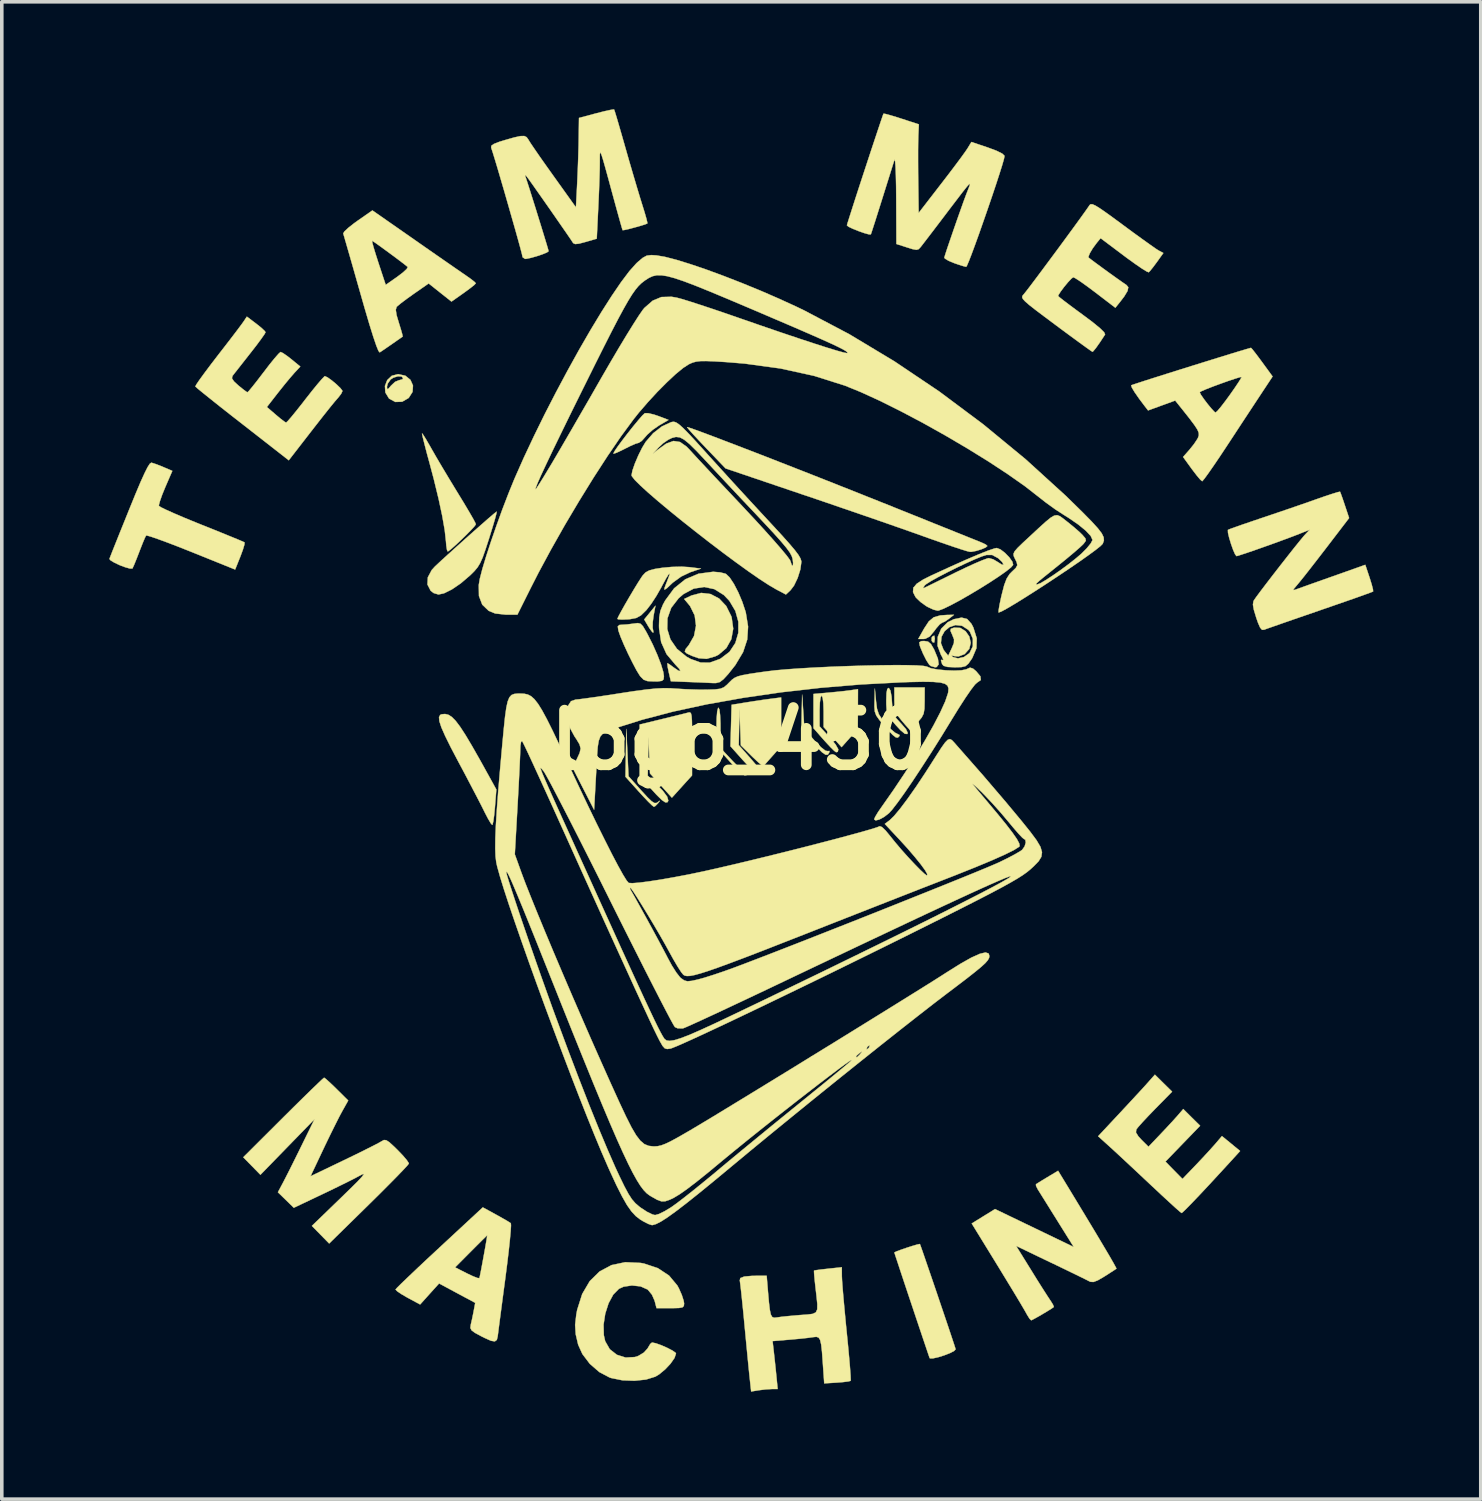
<source format=kicad_pcb>
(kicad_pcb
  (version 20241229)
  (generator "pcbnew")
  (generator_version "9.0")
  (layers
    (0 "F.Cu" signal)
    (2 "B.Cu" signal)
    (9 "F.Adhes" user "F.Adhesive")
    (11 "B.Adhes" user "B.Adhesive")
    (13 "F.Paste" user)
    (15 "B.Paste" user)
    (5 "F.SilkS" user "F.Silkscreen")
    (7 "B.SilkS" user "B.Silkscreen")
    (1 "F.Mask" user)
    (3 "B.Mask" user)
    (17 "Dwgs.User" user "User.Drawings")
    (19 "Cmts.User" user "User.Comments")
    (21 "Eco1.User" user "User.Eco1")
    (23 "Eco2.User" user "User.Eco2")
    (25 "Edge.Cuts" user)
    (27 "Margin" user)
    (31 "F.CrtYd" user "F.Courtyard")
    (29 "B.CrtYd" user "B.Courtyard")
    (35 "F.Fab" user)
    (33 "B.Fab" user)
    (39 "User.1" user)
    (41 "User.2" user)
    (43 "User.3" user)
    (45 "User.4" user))
  (footprint "logo_450"
    (layer "F.Cu")
    (at 17.574 17.612)
    (property "Reference" "logo_450" (at 0 0 0) (layer "F.SilkS") (effects (font (size 1.524 1.524) (thickness 0.3))))
    (attr through_hole)
    (fp_poly (pts (xy 5.475 -2.836) (xy 5.475 -2.834) (xy 5.461 -2.726) (xy 5.42 -2.727) (xy 5.387 -2.771) (xy 5.387 -2.859) (xy 5.412 -2.895) (xy 5.461 -2.916) (xy 5.475 -2.836)) (stroke (width 0.01) (type solid)) (fill yes) (layer "F.SilkS"))
    (fp_poly (pts (xy -2.376 -3.474) (xy -2.4 -3.29) (xy -2.403 -3.14) (xy -2.395 -3.094) (xy -2.378 -3.005) (xy -2.409 -3.009) (xy -2.48 -3.104) (xy -2.527 -3.179) (xy -2.638 -3.367) (xy -2.481 -3.559) (xy -2.324 -3.752) (xy -2.376 -3.474)) (stroke (width 0.01) (type solid)) (fill yes) (layer "F.SilkS"))
    (fp_poly (pts (xy 1.803 -0.786) (xy 1.834 -0.303) (xy 2.126 0.024) (xy 2.297 0.2) (xy 2.421 0.297) (xy 2.486 0.309) (xy 2.534 0.304) (xy 2.53 0.341) (xy 2.49 0.408) (xy 2.427 0.41) (xy 2.328 0.342) (xy 2.18 0.195) (xy 2.074 0.08) (xy 1.75 -0.279) (xy 1.76 -0.775) (xy 1.771 -1.27) (xy 1.803 -0.786)) (stroke (width 0.01) (type solid)) (fill yes) (layer "F.SilkS"))
    (fp_poly (pts (xy 5.286 -2.749) (xy 5.367 -2.681) (xy 5.452 -2.535) (xy 5.464 -2.51) (xy 5.562 -2.271) (xy 5.583 -2.114) (xy 5.527 -2.039) (xy 5.482 -2.032) (xy 5.363 -2.067) (xy 5.32 -2.103) (xy 5.236 -2.234) (xy 5.144 -2.418) (xy 5.069 -2.598) (xy 5.055 -2.639) (xy 5.042 -2.729) (xy 5.099 -2.762) (xy 5.178 -2.766) (xy 5.286 -2.749)) (stroke (width 0.01) (type solid)) (fill yes) (layer "F.SilkS"))
    (fp_poly (pts (xy 5.87 -3.387) (xy 5.755 -3.308) (xy 5.673 -3.273) (xy 5.673 -3.273) (xy 5.61 -3.228) (xy 5.514 -3.118) (xy 5.462 -3.046) (xy 5.333 -2.892) (xy 5.212 -2.828) (xy 5.16 -2.822) (xy 5.013 -2.822) (xy 5.179 -3.117) (xy 5.309 -3.315) (xy 5.446 -3.428) (xy 5.628 -3.48) (xy 5.814 -3.493) (xy 6.011 -3.497) (xy 5.87 -3.387)) (stroke (width 0.01) (type solid)) (fill yes) (layer "F.SilkS"))
    (fp_poly (pts (xy 5.191 -1.087) (xy 5.186 -0.876) (xy 5.163 -0.737) (xy 5.108 -0.629) (xy 5.007 -0.509) (xy 4.993 -0.494) (xy 4.879 -0.374) (xy 4.802 -0.298) (xy 4.783 -0.284) (xy 4.742 -0.324) (xy 4.651 -0.426) (xy 4.558 -0.534) (xy 4.438 -0.685) (xy 4.374 -0.811) (xy 4.35 -0.962) (xy 4.346 -1.124) (xy 4.346 -1.468) (xy 5.193 -1.468) (xy 5.191 -1.087)) (stroke (width 0.01) (type solid)) (fill yes) (layer "F.SilkS"))
    (fp_poly (pts (xy -3.107 0.35) (xy -3.076 1.011) (xy -2.718 1.411) (xy -2.547 1.597) (xy -2.432 1.708) (xy -2.354 1.757) (xy -2.297 1.757) (xy -2.266 1.738) (xy -2.204 1.693) (xy -2.221 1.725) (xy -2.251 1.764) (xy -2.328 1.843) (xy -2.368 1.863) (xy -2.42 1.823) (xy -2.529 1.717) (xy -2.676 1.562) (xy -2.784 1.444) (xy -3.161 1.025) (xy -3.138 -0.31) (xy -3.107 0.35)) (stroke (width 0.01) (type solid)) (fill yes) (layer "F.SilkS"))
    (fp_poly (pts (xy 3.834 -1.086) (xy 3.861 -0.876) (xy 3.912 -0.722) (xy 4.007 -0.575) (xy 4.109 -0.451) (xy 4.246 -0.306) (xy 4.366 -0.205) (xy 4.437 -0.169) (xy 4.493 -0.141) (xy 4.487 -0.113) (xy 4.444 -0.068) (xy 4.387 -0.075) (xy 4.299 -0.144) (xy 4.165 -0.285) (xy 4.072 -0.391) (xy 3.927 -0.562) (xy 3.841 -0.684) (xy 3.8 -0.795) (xy 3.789 -0.931) (xy 3.792 -1.082) (xy 3.801 -1.439) (xy 3.834 -1.086)) (stroke (width 0.01) (type solid)) (fill yes) (layer "F.SilkS"))
    (fp_poly (pts (xy -0.538 -0.849) (xy -0.519 -0.699) (xy -0.509 -0.469) (xy -0.508 -0.341) (xy -0.508 0.222) (xy -0.16 0.593) (xy 0.018 0.776) (xy 0.138 0.878) (xy 0.21 0.908) (xy 0.239 0.892) (xy 0.276 0.85) (xy 0.269 0.9) (xy 0.23 0.975) (xy 0.164 0.983) (xy 0.061 0.917) (xy -0.091 0.772) (xy -0.247 0.603) (xy -0.621 0.185) (xy -0.621 -0.359) (xy -0.615 -0.615) (xy -0.6 -0.799) (xy -0.576 -0.894) (xy -0.564 -0.903) (xy -0.538 -0.849)) (stroke (width 0.01) (type solid)) (fill yes) (layer "F.SilkS"))
    (fp_poly (pts (xy 4.191 -1.454) (xy 4.236 -1.383) (xy 4.267 -1.216) (xy 4.278 -1.068) (xy 4.293 -0.862) (xy 4.328 -0.724) (xy 4.4 -0.607) (xy 4.529 -0.466) (xy 4.53 -0.466) (xy 4.671 -0.303) (xy 4.719 -0.2) (xy 4.707 -0.169) (xy 4.639 -0.175) (xy 4.517 -0.276) (xy 4.385 -0.419) (xy 4.247 -0.584) (xy 4.168 -0.707) (xy 4.131 -0.83) (xy 4.121 -0.995) (xy 4.12 -1.102) (xy 4.127 -1.313) (xy 4.148 -1.426) (xy 4.186 -1.455) (xy 4.191 -1.454)) (stroke (width 0.01) (type solid)) (fill yes) (layer "F.SilkS"))
    (fp_poly (pts (xy -0.786 -4.077) (xy -0.547 -3.952) (xy -0.349 -3.743) (xy -0.208 -3.459) (xy -0.196 -3.421) (xy -0.153 -3.109) (xy -0.206 -2.817) (xy -0.345 -2.568) (xy -0.562 -2.383) (xy -0.657 -2.336) (xy -0.895 -2.268) (xy -1.12 -2.285) (xy -1.296 -2.347) (xy -1.447 -2.416) (xy -1.505 -2.471) (xy -1.481 -2.542) (xy -1.392 -2.652) (xy -1.247 -2.906) (xy -1.192 -3.192) (xy -1.229 -3.48) (xy -1.357 -3.739) (xy -1.385 -3.774) (xy -1.523 -3.939) (xy -1.318 -4.036) (xy -1.049 -4.108) (xy -0.786 -4.077)) (stroke (width 0.01) (type solid)) (fill yes) (layer "F.SilkS"))
    (fp_poly (pts (xy -2.523 -9.125) (xy -2.364 -9.087) (xy -2.248 -9.048) (xy -1.959 -8.938) (xy -2.222 -8.785) (xy -2.4 -8.662) (xy -2.554 -8.525) (xy -2.607 -8.464) (xy -2.706 -8.354) (xy -2.789 -8.299) (xy -2.799 -8.297) (xy -2.882 -8.273) (xy -3.029 -8.208) (xy -3.183 -8.131) (xy -3.346 -8.051) (xy -3.46 -8.003) (xy -3.5 -7.999) (xy -3.466 -8.065) (xy -3.377 -8.196) (xy -3.249 -8.369) (xy -3.1 -8.564) (xy -2.945 -8.759) (xy -2.803 -8.931) (xy -2.691 -9.06) (xy -2.624 -9.123) (xy -2.619 -9.126) (xy -2.523 -9.125)) (stroke (width 0.01) (type solid)) (fill yes) (layer "F.SilkS"))
    (fp_poly (pts (xy 3.328 -0.866) (xy 3.325 -0.31) (xy 2.872 0.198) (xy 2.371 -0.364) (xy 2.371 -0.803) (xy 2.364 -1.022) (xy 2.345 -1.175) (xy 2.318 -1.241) (xy 2.314 -1.242) (xy 2.286 -1.189) (xy 2.266 -1.047) (xy 2.258 -0.837) (xy 2.258 -0.812) (xy 2.258 -0.383) (xy 2.54 -0.074) (xy 2.706 0.125) (xy 2.781 0.259) (xy 2.766 0.329) (xy 2.719 0.339) (xy 2.665 0.299) (xy 2.558 0.194) (xy 2.42 0.045) (xy 2.383 0.004) (xy 2.088 -0.331) (xy 2.088 -1.287) (xy 2.498 -1.323) (xy 2.737 -1.346) (xy 2.963 -1.37) (xy 3.119 -1.39) (xy 3.33 -1.421) (xy 3.328 -0.866)) (stroke (width 0.01) (type solid)) (fill yes) (layer "F.SilkS"))
    (fp_poly (pts (xy -8.106 -0.706) (xy -8.009 -0.645) (xy -7.901 -0.535) (xy -7.775 -0.368) (xy -7.623 -0.134) (xy -7.439 0.176) (xy -7.215 0.57) (xy -7.031 0.902) (xy -6.767 1.38) (xy -6.806 1.875) (xy -6.827 2.096) (xy -6.85 2.266) (xy -6.873 2.36) (xy -6.881 2.371) (xy -6.922 2.324) (xy -6.996 2.199) (xy -7.088 2.023) (xy -7.104 1.99) (xy -7.19 1.818) (xy -7.318 1.57) (xy -7.475 1.27) (xy -7.648 0.94) (xy -7.825 0.609) (xy -8.038 0.204) (xy -8.195 -0.114) (xy -8.301 -0.354) (xy -8.357 -0.526) (xy -8.367 -0.639) (xy -8.335 -0.701) (xy -8.293 -0.72) (xy -8.198 -0.728) (xy -8.106 -0.706)) (stroke (width 0.01) (type solid)) (fill yes) (layer "F.SilkS"))
    (fp_poly (pts (xy -2.74 -3.247) (xy -2.673 -3.177) (xy -2.588 -3.034) (xy -2.547 -2.959) (xy -2.4 -2.668) (xy -2.271 -2.377) (xy -2.169 -2.112) (xy -2.105 -1.899) (xy -2.088 -1.782) (xy -2.097 -1.696) (xy -2.143 -1.653) (xy -2.254 -1.638) (xy -2.367 -1.637) (xy -2.545 -1.646) (xy -2.655 -1.686) (xy -2.743 -1.775) (xy -2.765 -1.805) (xy -2.854 -1.95) (xy -2.966 -2.163) (xy -3.089 -2.411) (xy -3.205 -2.663) (xy -3.299 -2.886) (xy -3.356 -3.047) (xy -3.36 -3.062) (xy -3.376 -3.173) (xy -3.33 -3.214) (xy -3.266 -3.218) (xy -3.117 -3.228) (xy -2.939 -3.251) (xy -2.929 -3.252) (xy -2.817 -3.266) (xy -2.74 -3.247)) (stroke (width 0.01) (type solid)) (fill yes) (layer "F.SilkS"))
    (fp_poly (pts (xy -1.333 -0.746) (xy -1.316 -0.674) (xy -1.306 -0.542) (xy -1.301 -0.333) (xy -1.3 -0.033) (xy -1.301 0.095) (xy -1.303 0.988) (xy -1.584 1.298) (xy -1.865 1.609) (xy -2.171 1.27) (xy -2.477 0.931) (xy -2.517 -0.085) (xy -2.528 0.455) (xy -2.54 0.994) (xy -2.338 1.188) (xy -2.121 1.413) (xy -1.997 1.58) (xy -1.965 1.693) (xy -1.99 1.737) (xy -2.049 1.74) (xy -2.146 1.674) (xy -2.292 1.53) (xy -2.413 1.398) (xy -2.766 1.001) (xy -2.766 -0.434) (xy -2.131 -0.588) (xy -1.869 -0.652) (xy -1.641 -0.708) (xy -1.474 -0.75) (xy -1.397 -0.77) (xy -1.36 -0.773) (xy -1.333 -0.746)) (stroke (width 0.01) (type solid)) (fill yes) (layer "F.SilkS"))
    (fp_poly (pts (xy 1.185 0.172) (xy 0.947 0.439) (xy 0.821 0.581) (xy 0.728 0.687) (xy 0.691 0.73) (xy 0.647 0.706) (xy 0.543 0.618) (xy 0.401 0.485) (xy 0.367 0.452) (xy 0.06 0.149) (xy 0.042 -0.363) (xy 0.023 -0.875) (xy 0.012 -0.367) (xy 0.001 0.141) (xy 0.31 0.488) (xy 0.464 0.668) (xy 0.547 0.786) (xy 0.567 0.859) (xy 0.545 0.895) (xy 0.491 0.905) (xy 0.406 0.855) (xy 0.278 0.735) (xy 0.121 0.565) (xy -0.23 0.173) (xy -0.214 -0.406) (xy -0.198 -0.985) (xy 0.198 -1.049) (xy 0.453 -1.089) (xy 0.714 -1.128) (xy 0.889 -1.151) (xy 1.185 -1.189) (xy 1.185 0.172)) (stroke (width 0.01) (type solid)) (fill yes) (layer "F.SilkS"))
    (fp_poly (pts (xy -9.306 -10.172) (xy -9.165 -10.057) (xy -9.094 -9.898) (xy -9.106 -9.721) (xy -9.212 -9.554) (xy -9.218 -9.549) (xy -9.396 -9.446) (xy -9.587 -9.44) (xy -9.757 -9.531) (xy -9.765 -9.539) (xy -9.865 -9.704) (xy -9.875 -9.861) (xy -9.821 -9.861) (xy -9.813 -9.796) (xy -9.777 -9.812) (xy -9.704 -9.898) (xy -9.593 -10.002) (xy -9.483 -10.047) (xy -9.479 -10.047) (xy -9.389 -10.072) (xy -9.37 -10.104) (xy -9.414 -10.152) (xy -9.518 -10.155) (xy -9.64 -10.118) (xy -9.718 -10.067) (xy -9.8 -9.95) (xy -9.821 -9.861) (xy -9.875 -9.861) (xy -9.877 -9.885) (xy -9.813 -10.05) (xy -9.685 -10.171) (xy -9.508 -10.216) (xy -9.306 -10.172)) (stroke (width 0.01) (type solid)) (fill yes) (layer "F.SilkS"))
    (fp_poly (pts (xy -6.764 -6.328) (xy -6.8 -6.189) (xy -6.861 -5.982) (xy -6.94 -5.724) (xy -6.971 -5.625) (xy -7.07 -5.321) (xy -7.147 -5.102) (xy -7.217 -4.945) (xy -7.289 -4.825) (xy -7.377 -4.719) (xy -7.493 -4.604) (xy -7.503 -4.595) (xy -7.759 -4.376) (xy -8.008 -4.206) (xy -8.228 -4.097) (xy -8.382 -4.064) (xy -8.516 -4.104) (xy -8.599 -4.167) (xy -8.69 -4.343) (xy -8.679 -4.543) (xy -8.57 -4.748) (xy -8.478 -4.849) (xy -8.315 -5.001) (xy -8.11 -5.188) (xy -7.879 -5.396) (xy -7.637 -5.614) (xy -7.398 -5.827) (xy -7.176 -6.023) (xy -6.988 -6.188) (xy -6.847 -6.308) (xy -6.769 -6.372) (xy -6.758 -6.378) (xy -6.764 -6.328)) (stroke (width 0.01) (type solid)) (fill yes) (layer "F.SilkS"))
    (fp_poly (pts (xy -8.809 -8.524) (xy -8.735 -8.406) (xy -8.633 -8.231) (xy -8.566 -8.113) (xy -8.441 -7.895) (xy -8.275 -7.613) (xy -8.086 -7.298) (xy -7.893 -6.98) (xy -7.822 -6.864) (xy -7.659 -6.597) (xy -7.52 -6.362) (xy -7.413 -6.177) (xy -7.351 -6.058) (xy -7.338 -6.024) (xy -7.376 -5.969) (xy -7.476 -5.86) (xy -7.615 -5.719) (xy -7.772 -5.567) (xy -7.923 -5.426) (xy -8.046 -5.318) (xy -8.12 -5.264) (xy -8.122 -5.263) (xy -8.144 -5.306) (xy -8.164 -5.431) (xy -8.173 -5.546) (xy -8.207 -5.856) (xy -8.277 -6.258) (xy -8.38 -6.74) (xy -8.513 -7.286) (xy -8.631 -7.731) (xy -8.709 -8.017) (xy -8.772 -8.261) (xy -8.818 -8.444) (xy -8.84 -8.547) (xy -8.841 -8.563) (xy -8.809 -8.524)) (stroke (width 0.01) (type solid)) (fill yes) (layer "F.SilkS"))
    (fp_poly (pts (xy 5.059 14.071) (xy 5.08 14.126) (xy 5.131 14.27) (xy 5.206 14.488) (xy 5.3 14.763) (xy 5.408 15.077) (xy 5.523 15.414) (xy 5.639 15.758) (xy 5.752 16.091) (xy 5.855 16.396) (xy 5.942 16.657) (xy 6.009 16.858) (xy 6.048 16.98) (xy 6.057 17.008) (xy 6.016 17.055) (xy 5.9 17.115) (xy 5.741 17.177) (xy 5.572 17.23) (xy 5.428 17.262) (xy 5.341 17.262) (xy 5.33 17.252) (xy 5.301 17.168) (xy 5.244 16.999) (xy 5.164 16.762) (xy 5.067 16.473) (xy 4.958 16.149) (xy 4.844 15.808) (xy 4.729 15.465) (xy 4.62 15.138) (xy 4.522 14.843) (xy 4.441 14.597) (xy 4.381 14.417) (xy 4.35 14.32) (xy 4.346 14.307) (xy 4.395 14.281) (xy 4.517 14.235) (xy 4.678 14.179) (xy 4.845 14.125) (xy 4.982 14.085) (xy 5.055 14.07) (xy 5.059 14.071)) (stroke (width 0.01) (type solid)) (fill yes) (layer "F.SilkS"))
    (fp_poly (pts (xy -1.381 -4.828) (xy -1.053 -4.787) (xy -1.349 -4.687) (xy -1.606 -4.565) (xy -1.839 -4.396) (xy -1.867 -4.37) (xy -2.003 -4.241) (xy -2.07 -4.197) (xy -2.073 -4.241) (xy -2.022 -4.377) (xy -2 -4.43) (xy -1.94 -4.588) (xy -1.927 -4.651) (xy -1.959 -4.623) (xy -2.031 -4.508) (xy -2.137 -4.313) (xy -2.164 -4.26) (xy -2.296 -4.028) (xy -2.442 -3.804) (xy -2.574 -3.633) (xy -2.587 -3.619) (xy -2.729 -3.481) (xy -2.859 -3.409) (xy -3.03 -3.376) (xy -3.09 -3.371) (xy -3.256 -3.364) (xy -3.363 -3.371) (xy -3.387 -3.383) (xy -3.359 -3.448) (xy -3.286 -3.585) (xy -3.182 -3.771) (xy -3.059 -3.983) (xy -2.932 -4.197) (xy -2.814 -4.39) (xy -2.719 -4.538) (xy -2.679 -4.596) (xy -2.601 -4.679) (xy -2.499 -4.735) (xy -2.342 -4.777) (xy -2.137 -4.809) (xy -1.87 -4.834) (xy -1.594 -4.841) (xy -1.381 -4.828)) (stroke (width 0.01) (type solid)) (fill yes) (layer "F.SilkS"))
    (fp_poly (pts (xy -1.384 -8.722) (xy -1.233 -8.67) (xy -0.996 -8.583) (xy -0.682 -8.465) (xy -0.302 -8.32) (xy 0.136 -8.152) (xy 0.621 -7.965) (xy 1.144 -7.761) (xy 1.696 -7.545) (xy 2.266 -7.321) (xy 2.847 -7.091) (xy 3.427 -6.861) (xy 3.998 -6.633) (xy 4.318 -6.505) (xy 4.806 -6.309) (xy 5.266 -6.124) (xy 5.686 -5.955) (xy 6.056 -5.806) (xy 6.363 -5.683) (xy 6.595 -5.59) (xy 6.743 -5.53) (xy 6.787 -5.512) (xy 6.898 -5.459) (xy 6.943 -5.418) (xy 6.894 -5.376) (xy 6.777 -5.326) (xy 6.631 -5.281) (xy 6.499 -5.256) (xy 6.459 -5.255) (xy 6.375 -5.275) (xy 6.203 -5.328) (xy 5.959 -5.409) (xy 5.66 -5.512) (xy 5.324 -5.63) (xy 5.193 -5.677) (xy 4.87 -5.792) (xy 4.461 -5.936) (xy 3.986 -6.102) (xy 3.465 -6.282) (xy 2.92 -6.469) (xy 2.37 -6.658) (xy 1.836 -6.839) (xy 1.834 -6.839) (xy -0.367 -7.585) (xy -0.911 -8.153) (xy -1.106 -8.358) (xy -1.268 -8.533) (xy -1.383 -8.662) (xy -1.438 -8.73) (xy -1.44 -8.737) (xy -1.384 -8.722)) (stroke (width 0.01) (type solid)) (fill yes) (layer "F.SilkS"))
    (fp_poly (pts (xy 11.86 9.579) (xy 12.101 9.816) (xy 11.626 10.299) (xy 11.436 10.496) (xy 11.273 10.67) (xy 11.155 10.803) (xy 11.101 10.872) (xy 11.091 10.955) (xy 11.157 11.063) (xy 11.245 11.159) (xy 11.441 11.354) (xy 11.781 10.997) (xy 11.957 10.81) (xy 12.122 10.632) (xy 12.245 10.495) (xy 12.267 10.47) (xy 12.412 10.301) (xy 12.647 10.535) (xy 12.883 10.768) (xy 12.399 11.268) (xy 11.915 11.769) (xy 12.152 12.011) (xy 12.39 12.253) (xy 12.758 11.87) (xy 12.946 11.671) (xy 13.128 11.474) (xy 13.273 11.313) (xy 13.309 11.272) (xy 13.492 11.057) (xy 13.746 11.265) (xy 13.999 11.473) (xy 13.762 11.734) (xy 13.434 12.091) (xy 13.136 12.414) (xy 12.875 12.693) (xy 12.659 12.919) (xy 12.497 13.085) (xy 12.396 13.182) (xy 12.366 13.205) (xy 12.317 13.167) (xy 12.198 13.063) (xy 12.024 12.904) (xy 11.807 12.704) (xy 11.559 12.472) (xy 11.513 12.429) (xy 11.235 12.168) (xy 10.961 11.911) (xy 10.711 11.678) (xy 10.504 11.486) (xy 10.364 11.358) (xy 10.035 11.061) (xy 10.648 10.405) (xy 10.874 10.162) (xy 11.087 9.932) (xy 11.269 9.735) (xy 11.4 9.59) (xy 11.44 9.545) (xy 11.62 9.342) (xy 11.86 9.579)) (stroke (width 0.01) (type solid)) (fill yes) (layer "F.SilkS"))
    (fp_poly (pts (xy -16.395 -7.744) (xy -16.293 -7.712) (xy -16.135 -7.652) (xy -16.061 -7.621) (xy -15.813 -7.515) (xy -16.011 -7.058) (xy -16.097 -6.847) (xy -16.159 -6.671) (xy -16.188 -6.56) (xy -16.187 -6.539) (xy -16.131 -6.5) (xy -15.984 -6.428) (xy -15.763 -6.329) (xy -15.483 -6.209) (xy -15.158 -6.076) (xy -14.995 -6.01) (xy -14.654 -5.874) (xy -14.351 -5.751) (xy -14.099 -5.648) (xy -13.913 -5.571) (xy -13.811 -5.525) (xy -13.795 -5.517) (xy -13.801 -5.455) (xy -13.842 -5.317) (xy -13.909 -5.135) (xy -13.913 -5.125) (xy -14.059 -4.761) (xy -15.284 -5.255) (xy -15.632 -5.393) (xy -15.944 -5.513) (xy -16.206 -5.609) (xy -16.403 -5.677) (xy -16.519 -5.71) (xy -16.545 -5.711) (xy -16.58 -5.643) (xy -16.641 -5.498) (xy -16.718 -5.302) (xy -16.738 -5.249) (xy -16.817 -5.046) (xy -16.882 -4.886) (xy -16.924 -4.796) (xy -16.929 -4.788) (xy -16.994 -4.788) (xy -17.13 -4.826) (xy -17.272 -4.879) (xy -17.434 -4.955) (xy -17.542 -5.021) (xy -17.569 -5.058) (xy -17.544 -5.122) (xy -17.484 -5.276) (xy -17.392 -5.506) (xy -17.276 -5.796) (xy -17.14 -6.132) (xy -17.018 -6.435) (xy -16.841 -6.869) (xy -16.699 -7.205) (xy -16.587 -7.452) (xy -16.503 -7.619) (xy -16.442 -7.714) (xy -16.4 -7.744) (xy -16.395 -7.744)) (stroke (width 0.01) (type solid)) (fill yes) (layer "F.SilkS"))
    (fp_poly (pts (xy 8.994 12.151) (xy 9.361 12.755) (xy 9.683 13.287) (xy 9.958 13.743) (xy 10.182 14.119) (xy 10.355 14.411) (xy 10.473 14.617) (xy 10.536 14.733) (xy 10.546 14.758) (xy 10.492 14.795) (xy 10.37 14.874) (xy 10.214 14.974) (xy 10.028 15.083) (xy 9.906 15.13) (xy 9.82 15.125) (xy 9.797 15.115) (xy 9.715 15.073) (xy 9.549 14.991) (xy 9.317 14.878) (xy 9.037 14.742) (xy 8.727 14.593) (xy 8.719 14.59) (xy 7.745 14.122) (xy 8.17 14.808) (xy 8.332 15.07) (xy 8.483 15.309) (xy 8.608 15.504) (xy 8.692 15.632) (xy 8.706 15.652) (xy 8.775 15.763) (xy 8.799 15.826) (xy 8.797 15.829) (xy 8.728 15.878) (xy 8.6 15.957) (xy 8.447 16.048) (xy 8.301 16.131) (xy 8.197 16.187) (xy 8.166 16.2) (xy 8.12 16.155) (xy 8.051 16.044) (xy 8.036 16.016) (xy 7.98 15.917) (xy 7.875 15.738) (xy 7.729 15.494) (xy 7.552 15.203) (xy 7.354 14.878) (xy 7.224 14.665) (xy 6.506 13.497) (xy 6.831 13.296) (xy 7.157 13.095) (xy 9.355 14.154) (xy 8.893 13.413) (xy 8.726 13.146) (xy 8.576 12.905) (xy 8.454 12.71) (xy 8.373 12.58) (xy 8.352 12.547) (xy 8.302 12.448) (xy 8.299 12.402) (xy 8.358 12.364) (xy 8.484 12.286) (xy 8.621 12.203) (xy 8.917 12.025) (xy 8.994 12.151)) (stroke (width 0.01) (type solid)) (fill yes) (layer "F.SilkS"))
    (fp_poly (pts (xy 6.379 -3.379) (xy 6.499 -3.244) (xy 6.552 -3.141) (xy 6.646 -2.839) (xy 6.637 -2.563) (xy 6.523 -2.295) (xy 6.507 -2.269) (xy 6.414 -2.135) (xy 6.332 -2.064) (xy 6.221 -2.037) (xy 6.039 -2.032) (xy 6.033 -2.032) (xy 5.832 -2.041) (xy 5.721 -2.073) (xy 5.679 -2.121) (xy 5.647 -2.226) (xy 5.671 -2.245) (xy 5.703 -2.228) (xy 5.714 -2.246) (xy 5.673 -2.335) (xy 5.647 -2.38) (xy 5.552 -2.631) (xy 5.554 -2.706) (xy 5.646 -2.706) (xy 5.719 -2.52) (xy 5.747 -2.482) (xy 5.85 -2.355) (xy 5.948 -2.562) (xy 6.008 -2.707) (xy 6.012 -2.812) (xy 5.964 -2.933) (xy 5.963 -2.937) (xy 5.912 -3.052) (xy 5.924 -3.107) (xy 6.01 -3.137) (xy 6.016 -3.139) (xy 6.187 -3.131) (xy 6.335 -3.039) (xy 6.438 -2.891) (xy 6.478 -2.715) (xy 6.437 -2.545) (xy 6.309 -2.4) (xy 6.138 -2.335) (xy 6.023 -2.343) (xy 5.944 -2.36) (xy 5.962 -2.333) (xy 5.983 -2.317) (xy 6.122 -2.28) (xy 6.288 -2.318) (xy 6.435 -2.421) (xy 6.449 -2.436) (xy 6.536 -2.618) (xy 6.537 -2.828) (xy 6.456 -3.023) (xy 6.409 -3.079) (xy 6.235 -3.191) (xy 6.054 -3.211) (xy 5.886 -3.155) (xy 5.749 -3.04) (xy 5.663 -2.885) (xy 5.646 -2.706) (xy 5.554 -2.706) (xy 5.558 -2.882) (xy 5.655 -3.11) (xy 5.834 -3.289) (xy 6.007 -3.374) (xy 6.223 -3.419) (xy 6.379 -3.379)) (stroke (width 0.01) (type solid)) (fill yes) (layer "F.SilkS"))
    (fp_poly (pts (xy -6.775 13.249) (xy -6.591 13.352) (xy -6.444 13.437) (xy -6.366 13.487) (xy -6.362 13.49) (xy -6.357 13.554) (xy -6.367 13.715) (xy -6.389 13.957) (xy -6.422 14.267) (xy -6.465 14.628) (xy -6.515 15.019) (xy -6.569 15.423) (xy -6.618 15.796) (xy -6.661 16.122) (xy -6.695 16.383) (xy -6.718 16.564) (xy -6.729 16.647) (xy -6.753 16.747) (xy -6.809 16.789) (xy -6.914 16.772) (xy -7.088 16.695) (xy -7.188 16.645) (xy -7.365 16.549) (xy -7.459 16.479) (xy -7.491 16.413) (xy -7.481 16.33) (xy -7.481 16.327) (xy -7.446 16.174) (xy -7.407 15.984) (xy -7.4 15.946) (xy -7.356 15.713) (xy -7.861 15.442) (xy -8.365 15.171) (xy -8.63 15.464) (xy -8.894 15.758) (xy -9.244 15.57) (xy -9.414 15.471) (xy -9.535 15.389) (xy -9.58 15.34) (xy -9.58 15.338) (xy -9.537 15.29) (xy -9.421 15.175) (xy -9.243 15.004) (xy -9.013 14.786) (xy -8.946 14.722) (xy -7.918 14.722) (xy -7.586 14.891) (xy -7.416 14.971) (xy -7.291 15.019) (xy -7.239 15.023) (xy -7.224 14.955) (xy -7.193 14.801) (xy -7.153 14.587) (xy -7.12 14.407) (xy -7.077 14.169) (xy -7.044 13.979) (xy -7.025 13.859) (xy -7.022 13.829) (xy -7.062 13.866) (xy -7.166 13.968) (xy -7.316 14.117) (xy -7.474 14.276) (xy -7.918 14.722) (xy -8.946 14.722) (xy -8.743 14.531) (xy -8.441 14.25) (xy -8.356 14.171) (xy -7.144 13.047) (xy -6.775 13.249)) (stroke (width 0.01) (type solid)) (fill yes) (layer "F.SilkS"))
    (fp_poly (pts (xy -2.739 14.598) (xy -2.642 14.616) (xy -2.258 14.744) (xy -1.946 14.95) (xy -1.714 15.227) (xy -1.669 15.31) (xy -1.588 15.494) (xy -1.536 15.657) (xy -1.524 15.731) (xy -1.532 15.8) (xy -1.571 15.839) (xy -1.666 15.856) (xy -1.843 15.861) (xy -1.909 15.861) (xy -2.294 15.861) (xy -2.347 15.655) (xy -2.422 15.485) (xy -2.535 15.348) (xy -2.546 15.339) (xy -2.741 15.253) (xy -2.981 15.227) (xy -3.216 15.262) (xy -3.344 15.321) (xy -3.503 15.483) (xy -3.633 15.724) (xy -3.726 16.014) (xy -3.773 16.321) (xy -3.766 16.614) (xy -3.728 16.783) (xy -3.6 17.007) (xy -3.401 17.163) (xy -3.158 17.24) (xy -2.899 17.226) (xy -2.8 17.193) (xy -2.648 17.101) (xy -2.541 16.983) (xy -2.531 16.964) (xy -2.469 16.86) (xy -2.42 16.82) (xy -2.312 16.842) (xy -2.158 16.897) (xy -1.993 16.97) (xy -1.849 17.045) (xy -1.762 17.106) (xy -1.75 17.126) (xy -1.792 17.251) (xy -1.902 17.409) (xy -2.054 17.571) (xy -2.221 17.709) (xy -2.327 17.773) (xy -2.588 17.854) (xy -2.909 17.888) (xy -3.246 17.875) (xy -3.558 17.812) (xy -3.606 17.796) (xy -3.892 17.645) (xy -4.156 17.416) (xy -4.365 17.14) (xy -4.482 16.881) (xy -4.55 16.591) (xy -4.567 16.328) (xy -4.534 16.038) (xy -4.509 15.906) (xy -4.369 15.465) (xy -4.159 15.107) (xy -3.884 14.837) (xy -3.551 14.659) (xy -3.167 14.578) (xy -2.739 14.598)) (stroke (width 0.01) (type solid)) (fill yes) (layer "F.SilkS"))
    (fp_poly (pts (xy 7.307 -5.323) (xy 7.434 -5.226) (xy 7.555 -5.101) (xy 7.641 -4.979) (xy 7.663 -4.891) (xy 7.602 -4.82) (xy 7.459 -4.706) (xy 7.254 -4.562) (xy 7.004 -4.398) (xy 6.727 -4.225) (xy 6.442 -4.055) (xy 6.167 -3.897) (xy 5.92 -3.765) (xy 5.72 -3.668) (xy 5.585 -3.617) (xy 5.553 -3.613) (xy 5.44 -3.641) (xy 5.286 -3.712) (xy 5.235 -3.741) (xy 5.079 -3.853) (xy 4.955 -3.971) (xy 4.934 -3.998) (xy 4.867 -4.132) (xy 4.876 -4.249) (xy 4.876 -4.25) (xy 5.149 -4.25) (xy 5.165 -4.241) (xy 5.232 -4.274) (xy 5.383 -4.347) (xy 5.598 -4.453) (xy 5.859 -4.581) (xy 6.046 -4.674) (xy 6.332 -4.811) (xy 6.589 -4.929) (xy 6.798 -5.018) (xy 6.939 -5.07) (xy 6.983 -5.08) (xy 7.106 -5.046) (xy 7.243 -4.965) (xy 7.245 -4.963) (xy 7.344 -4.9) (xy 7.393 -4.896) (xy 7.394 -4.902) (xy 7.354 -4.972) (xy 7.255 -5.068) (xy 7.24 -5.08) (xy 7.077 -5.168) (xy 6.915 -5.168) (xy 6.787 -5.127) (xy 6.591 -5.047) (xy 6.347 -4.937) (xy 6.081 -4.811) (xy 5.813 -4.677) (xy 5.567 -4.549) (xy 5.366 -4.437) (xy 5.232 -4.352) (xy 5.193 -4.318) (xy 5.149 -4.25) (xy 4.876 -4.25) (xy 4.969 -4.363) (xy 5.156 -4.485) (xy 5.374 -4.593) (xy 5.899 -4.834) (xy 6.342 -5.032) (xy 6.7 -5.185) (xy 6.969 -5.292) (xy 7.143 -5.35) (xy 7.205 -5.362) (xy 7.307 -5.323)) (stroke (width 0.01) (type solid)) (fill yes) (layer "F.SilkS"))
    (fp_poly (pts (xy -11.524 9.463) (xy -11.415 9.561) (xy -11.268 9.701) (xy -11.224 9.745) (xy -10.902 10.064) (xy -11.064 10.352) (xy -11.148 10.508) (xy -11.265 10.74) (xy -11.403 11.018) (xy -11.547 11.316) (xy -11.591 11.409) (xy -11.955 12.179) (xy -11.018 11.729) (xy -10.712 11.581) (xy -10.435 11.444) (xy -10.205 11.328) (xy -10.042 11.243) (xy -9.967 11.2) (xy -9.904 11.166) (xy -9.841 11.172) (xy -9.754 11.228) (xy -9.624 11.347) (xy -9.527 11.442) (xy -9.376 11.599) (xy -9.265 11.73) (xy -9.211 11.812) (xy -9.209 11.823) (xy -9.25 11.877) (xy -9.362 11.998) (xy -9.533 12.176) (xy -9.755 12.401) (xy -10.015 12.662) (xy -10.304 12.947) (xy -10.326 12.969) (xy -11.434 14.056) (xy -11.675 13.81) (xy -11.916 13.564) (xy -11.109 12.784) (xy -10.838 12.52) (xy -10.644 12.328) (xy -10.524 12.199) (xy -10.47 12.129) (xy -10.479 12.112) (xy -10.544 12.142) (xy -10.555 12.148) (xy -10.696 12.223) (xy -10.914 12.334) (xy -11.184 12.467) (xy -11.48 12.611) (xy -11.615 12.675) (xy -12.421 13.058) (xy -12.643 12.841) (xy -12.865 12.625) (xy -12.727 12.366) (xy -12.652 12.221) (xy -12.54 12.001) (xy -12.406 11.732) (xy -12.262 11.441) (xy -12.215 11.345) (xy -11.841 10.583) (xy -12.597 11.36) (xy -13.353 12.137) (xy -13.593 11.892) (xy -13.832 11.648) (xy -12.718 10.537) (xy -12.427 10.248) (xy -12.163 9.988) (xy -11.935 9.765) (xy -11.754 9.591) (xy -11.631 9.474) (xy -11.576 9.427) (xy -11.575 9.426) (xy -11.524 9.463)) (stroke (width 0.01) (type solid)) (fill yes) (layer "F.SilkS"))
    (fp_poly (pts (xy -0.697 -4.697) (xy -0.52 -4.682) (xy -0.377 -4.647) (xy -0.354 -4.637) (xy -0.252 -4.539) (xy -0.134 -4.36) (xy -0.012 -4.125) (xy 0.1 -3.86) (xy 0.189 -3.593) (xy 0.199 -3.556) (xy 0.262 -3.167) (xy 0.238 -2.806) (xy 0.122 -2.455) (xy -0.093 -2.095) (xy -0.288 -1.848) (xy -0.425 -1.698) (xy -0.528 -1.619) (xy -0.633 -1.592) (xy -0.724 -1.592) (xy -0.879 -1.6) (xy -1.104 -1.61) (xy -1.356 -1.62) (xy -1.413 -1.622) (xy -1.894 -1.641) (xy -1.953 -1.893) (xy -1.983 -2.042) (xy -1.992 -2.132) (xy -1.988 -2.145) (xy -1.933 -2.114) (xy -1.829 -2.038) (xy -1.822 -2.032) (xy -1.686 -1.939) (xy -1.628 -1.925) (xy -1.654 -1.983) (xy -1.766 -2.103) (xy -2.015 -2.4) (xy -2.165 -2.733) (xy -2.22 -3.099) (xy -1.995 -3.099) (xy -1.906 -2.81) (xy -1.725 -2.547) (xy -1.455 -2.327) (xy -1.339 -2.263) (xy -1.063 -2.164) (xy -0.806 -2.163) (xy -0.534 -2.26) (xy -0.503 -2.276) (xy -0.257 -2.463) (xy -0.093 -2.71) (xy -0.01 -2.996) (xy -0.009 -3.302) (xy -0.093 -3.605) (xy -0.261 -3.888) (xy -0.413 -4.048) (xy -0.679 -4.214) (xy -0.964 -4.274) (xy -1.256 -4.228) (xy -1.54 -4.077) (xy -1.677 -3.96) (xy -1.884 -3.692) (xy -1.989 -3.399) (xy -1.995 -3.099) (xy -2.22 -3.099) (xy -2.223 -3.122) (xy -2.225 -3.191) (xy -2.218 -3.428) (xy -2.186 -3.607) (xy -2.116 -3.779) (xy -2.053 -3.896) (xy -1.802 -4.237) (xy -1.489 -4.489) (xy -1.123 -4.644) (xy -0.715 -4.698) (xy -0.697 -4.697)) (stroke (width 0.01) (type solid)) (fill yes) (layer "F.SilkS"))
    (fp_poly (pts (xy -9.075 -13.984) (xy -8.739 -13.749) (xy -8.417 -13.525) (xy -8.126 -13.323) (xy -7.882 -13.154) (xy -7.704 -13.031) (xy -7.632 -12.982) (xy -7.48 -12.875) (xy -7.374 -12.791) (xy -7.339 -12.753) (xy -7.381 -12.708) (xy -7.493 -12.618) (xy -7.653 -12.5) (xy -7.678 -12.482) (xy -8.019 -12.242) (xy -8.338 -12.495) (xy -8.656 -12.748) (xy -9.074 -12.457) (xy -9.267 -12.319) (xy -9.428 -12.198) (xy -9.531 -12.113) (xy -9.551 -12.093) (xy -9.574 -12.012) (xy -9.552 -11.864) (xy -9.488 -11.648) (xy -9.43 -11.461) (xy -9.392 -11.325) (xy -9.381 -11.265) (xy -9.382 -11.264) (xy -9.433 -11.229) (xy -9.55 -11.148) (xy -9.68 -11.057) (xy -9.841 -10.946) (xy -9.968 -10.859) (xy -10.023 -10.823) (xy -10.058 -10.865) (xy -10.118 -11.013) (xy -10.204 -11.266) (xy -10.314 -11.619) (xy -10.447 -12.071) (xy -10.551 -12.435) (xy -10.669 -12.849) (xy -10.777 -13.229) (xy -10.872 -13.56) (xy -10.95 -13.83) (xy -10.982 -13.942) (xy -10.236 -13.942) (xy -10.23 -13.892) (xy -10.194 -13.756) (xy -10.133 -13.556) (xy -10.059 -13.325) (xy -9.855 -12.708) (xy -9.526 -12.939) (xy -9.371 -13.057) (xy -9.269 -13.152) (xy -9.239 -13.206) (xy -9.241 -13.209) (xy -9.328 -13.279) (xy -9.471 -13.388) (xy -9.647 -13.52) (xy -9.833 -13.657) (xy -10.007 -13.784) (xy -10.145 -13.882) (xy -10.226 -13.936) (xy -10.236 -13.942) (xy -10.982 -13.942) (xy -11.006 -14.025) (xy -11.037 -14.129) (xy -11.042 -14.142) (xy -11.009 -14.199) (xy -10.901 -14.3) (xy -10.739 -14.428) (xy -10.646 -14.495) (xy -10.227 -14.787) (xy -9.075 -13.984)) (stroke (width 0.01) (type solid)) (fill yes) (layer "F.SilkS"))
    (fp_poly (pts (xy 14.343 -10.908) (xy 14.432 -10.795) (xy 14.555 -10.631) (xy 14.614 -10.551) (xy 14.906 -10.151) (xy 14.583 -9.662) (xy 14.447 -9.456) (xy 14.266 -9.181) (xy 14.056 -8.862) (xy 13.834 -8.523) (xy 13.621 -8.199) (xy 13.427 -7.906) (xy 13.253 -7.65) (xy 13.108 -7.442) (xy 13.002 -7.297) (xy 12.945 -7.23) (xy 12.94 -7.227) (xy 12.888 -7.27) (xy 12.792 -7.383) (xy 12.67 -7.542) (xy 12.652 -7.566) (xy 12.407 -7.904) (xy 12.586 -8.107) (xy 12.708 -8.259) (xy 12.803 -8.401) (xy 12.825 -8.443) (xy 12.847 -8.509) (xy 12.844 -8.578) (xy 12.807 -8.667) (xy 12.725 -8.793) (xy 12.591 -8.972) (xy 12.395 -9.22) (xy 12.378 -9.241) (xy 12.187 -9.479) (xy 11.43 -9.203) (xy 11.332 -9.329) (xy 11.179 -9.532) (xy 11.057 -9.709) (xy 11.055 -9.711) (xy 12.871 -9.711) (xy 12.904 -9.642) (xy 12.986 -9.523) (xy 13.092 -9.383) (xy 13.199 -9.254) (xy 13.282 -9.165) (xy 13.314 -9.144) (xy 13.364 -9.187) (xy 13.463 -9.304) (xy 13.595 -9.476) (xy 13.709 -9.632) (xy 13.85 -9.833) (xy 13.96 -9.997) (xy 14.026 -10.105) (xy 14.04 -10.137) (xy 13.983 -10.128) (xy 13.847 -10.086) (xy 13.659 -10.023) (xy 13.447 -9.947) (xy 13.235 -9.869) (xy 13.051 -9.797) (xy 12.921 -9.741) (xy 12.871 -9.711) (xy 12.871 -9.711) (xy 11.055 -9.711) (xy 10.978 -9.839) (xy 10.957 -9.903) (xy 10.958 -9.905) (xy 11.014 -9.925) (xy 11.163 -9.974) (xy 11.387 -10.047) (xy 11.671 -10.137) (xy 11.999 -10.241) (xy 12.355 -10.353) (xy 12.723 -10.468) (xy 13.087 -10.581) (xy 13.431 -10.688) (xy 13.739 -10.783) (xy 13.995 -10.861) (xy 14.183 -10.917) (xy 14.287 -10.947) (xy 14.303 -10.95) (xy 14.343 -10.908)) (stroke (width 0.01) (type solid)) (fill yes) (layer "F.SilkS"))
    (fp_poly (pts (xy 2.88 14.965) (xy 2.886 15.092) (xy 2.902 15.311) (xy 2.927 15.603) (xy 2.959 15.949) (xy 2.995 16.329) (xy 3.016 16.538) (xy 3.053 16.912) (xy 3.084 17.248) (xy 3.108 17.529) (xy 3.123 17.739) (xy 3.128 17.864) (xy 3.125 17.89) (xy 3.06 17.907) (xy 2.915 17.925) (xy 2.744 17.939) (xy 2.388 17.961) (xy 2.348 17.388) (xy 2.326 17.084) (xy 2.303 16.877) (xy 2.273 16.748) (xy 2.231 16.682) (xy 2.168 16.661) (xy 2.079 16.67) (xy 2.066 16.672) (xy 1.927 16.691) (xy 1.716 16.714) (xy 1.473 16.736) (xy 1.418 16.741) (xy 0.946 16.78) (xy 0.979 17.068) (xy 1.003 17.286) (xy 1.031 17.549) (xy 1.05 17.738) (xy 1.088 18.119) (xy 0.925 18.119) (xy 0.753 18.129) (xy 0.562 18.153) (xy 0.555 18.154) (xy 0.348 18.188) (xy 0.315 17.885) (xy 0.299 17.738) (xy 0.275 17.499) (xy 0.245 17.193) (xy 0.211 16.84) (xy 0.175 16.463) (xy 0.166 16.369) (xy 0.132 16.008) (xy 0.099 15.684) (xy 0.071 15.414) (xy 0.048 15.215) (xy 0.033 15.104) (xy 0.03 15.089) (xy 0.045 15.021) (xy 0.154 14.979) (xy 0.362 14.96) (xy 0.48 14.958) (xy 0.781 14.958) (xy 0.817 15.395) (xy 0.844 15.7) (xy 0.869 15.909) (xy 0.897 16.039) (xy 0.935 16.107) (xy 0.988 16.129) (xy 1.061 16.121) (xy 1.064 16.121) (xy 1.188 16.103) (xy 1.389 16.082) (xy 1.628 16.061) (xy 1.707 16.054) (xy 1.922 16.039) (xy 2.068 16.02) (xy 2.154 15.978) (xy 2.193 15.894) (xy 2.195 15.748) (xy 2.172 15.523) (xy 2.146 15.3) (xy 2.122 15.083) (xy 2.107 14.914) (xy 2.102 14.822) (xy 2.104 14.812) (xy 2.162 14.8) (xy 2.302 14.781) (xy 2.495 14.76) (xy 2.498 14.759) (xy 2.879 14.719) (xy 2.88 14.965)) (stroke (width 0.01) (type solid)) (fill yes) (layer "F.SilkS"))
    (fp_poly (pts (xy -13.472 -11.626) (xy -13.331 -11.513) (xy -13.236 -11.424) (xy -13.21 -11.386) (xy -13.242 -11.328) (xy -13.332 -11.2) (xy -13.465 -11.02) (xy -13.629 -10.809) (xy -13.641 -10.794) (xy -13.812 -10.576) (xy -13.962 -10.385) (xy -14.074 -10.243) (xy -14.132 -10.168) (xy -14.133 -10.167) (xy -14.149 -10.101) (xy -14.092 -10.014) (xy -13.969 -9.9) (xy -13.837 -9.793) (xy -13.742 -9.723) (xy -13.715 -9.709) (xy -13.672 -9.751) (xy -13.576 -9.867) (xy -13.44 -10.039) (xy -13.279 -10.25) (xy -13.263 -10.27) (xy -13.099 -10.485) (xy -12.955 -10.662) (xy -12.848 -10.784) (xy -12.792 -10.834) (xy -12.79 -10.835) (xy -12.722 -10.803) (xy -12.599 -10.718) (xy -12.49 -10.633) (xy -12.24 -10.428) (xy -12.404 -10.252) (xy -12.516 -10.123) (xy -12.669 -9.939) (xy -12.832 -9.735) (xy -12.87 -9.687) (xy -13.173 -9.298) (xy -12.922 -9.082) (xy -12.782 -8.965) (xy -12.677 -8.886) (xy -12.636 -8.863) (xy -12.591 -8.905) (xy -12.49 -9.021) (xy -12.348 -9.195) (xy -12.176 -9.412) (xy -12.1 -9.511) (xy -11.919 -9.741) (xy -11.761 -9.935) (xy -11.639 -10.077) (xy -11.566 -10.152) (xy -11.554 -10.16) (xy -11.478 -10.125) (xy -11.359 -10.04) (xy -11.229 -9.931) (xy -11.12 -9.826) (xy -11.065 -9.753) (xy -11.063 -9.744) (xy -11.099 -9.667) (xy -11.185 -9.556) (xy -11.198 -9.542) (xy -11.277 -9.451) (xy -11.41 -9.288) (xy -11.583 -9.071) (xy -11.781 -8.818) (xy -11.947 -8.605) (xy -12.562 -7.811) (xy -13.858 -8.823) (xy -14.189 -9.081) (xy -14.49 -9.318) (xy -14.749 -9.525) (xy -14.956 -9.691) (xy -15.099 -9.808) (xy -15.167 -9.868) (xy -15.17 -9.873) (xy -15.142 -9.928) (xy -15.055 -10.056) (xy -14.918 -10.244) (xy -14.744 -10.477) (xy -14.55 -10.73) (xy -14.34 -11.001) (xy -14.149 -11.249) (xy -13.99 -11.458) (xy -13.876 -11.611) (xy -13.823 -11.685) (xy -13.732 -11.822) (xy -13.472 -11.626)) (stroke (width 0.01) (type solid)) (fill yes) (layer "F.SilkS"))
    (fp_poly (pts (xy 16.789 -6.934) (xy 16.813 -6.874) (xy 16.862 -6.738) (xy 16.923 -6.557) (xy 17.042 -6.199) (xy 16.387 -5.343) (xy 16.171 -5.063) (xy 15.969 -4.803) (xy 15.795 -4.581) (xy 15.661 -4.415) (xy 15.585 -4.323) (xy 15.499 -4.222) (xy 15.488 -4.186) (xy 15.548 -4.2) (xy 15.55 -4.202) (xy 15.639 -4.234) (xy 15.815 -4.297) (xy 16.056 -4.383) (xy 16.344 -4.485) (xy 16.579 -4.568) (xy 17.494 -4.893) (xy 17.615 -4.531) (xy 17.672 -4.347) (xy 17.708 -4.209) (xy 17.713 -4.148) (xy 17.713 -4.148) (xy 17.656 -4.125) (xy 17.506 -4.07) (xy 17.278 -3.988) (xy 16.984 -3.885) (xy 16.638 -3.765) (xy 16.256 -3.633) (xy 16.226 -3.622) (xy 15.837 -3.488) (xy 15.48 -3.365) (xy 15.17 -3.257) (xy 14.921 -3.17) (xy 14.749 -3.11) (xy 14.669 -3.08) (xy 14.667 -3.08) (xy 14.611 -3.078) (xy 14.558 -3.139) (xy 14.497 -3.279) (xy 14.448 -3.42) (xy 14.382 -3.64) (xy 14.357 -3.782) (xy 14.372 -3.876) (xy 14.386 -3.903) (xy 14.452 -3.998) (xy 14.574 -4.162) (xy 14.737 -4.377) (xy 14.927 -4.624) (xy 15.129 -4.884) (xy 15.329 -5.139) (xy 15.512 -5.371) (xy 15.664 -5.559) (xy 15.769 -5.686) (xy 15.796 -5.717) (xy 15.942 -5.874) (xy 15.662 -5.761) (xy 15.474 -5.688) (xy 15.235 -5.599) (xy 14.965 -5.5) (xy 14.685 -5.4) (xy 14.419 -5.306) (xy 14.186 -5.226) (xy 14.009 -5.168) (xy 13.91 -5.138) (xy 13.898 -5.136) (xy 13.859 -5.186) (xy 13.804 -5.31) (xy 13.746 -5.474) (xy 13.694 -5.645) (xy 13.661 -5.786) (xy 13.658 -5.864) (xy 13.66 -5.868) (xy 13.721 -5.894) (xy 13.87 -5.948) (xy 14.089 -6.025) (xy 14.359 -6.117) (xy 14.563 -6.186) (xy 14.928 -6.309) (xy 15.322 -6.443) (xy 15.703 -6.574) (xy 16.03 -6.688) (xy 16.105 -6.715) (xy 16.359 -6.804) (xy 16.571 -6.874) (xy 16.721 -6.92) (xy 16.787 -6.934) (xy 16.789 -6.934)) (stroke (width 0.01) (type solid)) (fill yes) (layer "F.SilkS"))
    (fp_poly (pts (xy 9.876 -14.959) (xy 9.96 -14.922) (xy 10.089 -14.842) (xy 10.276 -14.712) (xy 10.533 -14.525) (xy 10.727 -14.382) (xy 11.007 -14.175) (xy 11.264 -13.989) (xy 11.481 -13.834) (xy 11.64 -13.722) (xy 11.727 -13.666) (xy 11.728 -13.666) (xy 11.856 -13.598) (xy 11.673 -13.342) (xy 11.564 -13.196) (xy 11.479 -13.092) (xy 11.447 -13.06) (xy 11.39 -13.083) (xy 11.26 -13.163) (xy 11.075 -13.29) (xy 10.851 -13.451) (xy 10.755 -13.523) (xy 10.104 -14.012) (xy 9.994 -13.878) (xy 9.885 -13.73) (xy 9.803 -13.592) (xy 9.765 -13.495) (xy 9.77 -13.47) (xy 9.845 -13.411) (xy 9.986 -13.306) (xy 10.167 -13.173) (xy 10.364 -13.03) (xy 10.554 -12.894) (xy 10.71 -12.784) (xy 10.809 -12.716) (xy 10.826 -12.705) (xy 10.877 -12.643) (xy 10.857 -12.54) (xy 10.763 -12.384) (xy 10.645 -12.23) (xy 10.516 -12.07) (xy 9.957 -12.498) (xy 9.739 -12.661) (xy 9.552 -12.795) (xy 9.413 -12.886) (xy 9.343 -12.923) (xy 9.342 -12.923) (xy 9.286 -12.881) (xy 9.191 -12.779) (xy 9.082 -12.647) (xy 8.986 -12.518) (xy 8.926 -12.422) (xy 8.918 -12.398) (xy 8.961 -12.359) (xy 9.08 -12.265) (xy 9.259 -12.13) (xy 9.481 -11.965) (xy 9.595 -11.882) (xy 9.881 -11.668) (xy 10.085 -11.501) (xy 10.203 -11.385) (xy 10.23 -11.324) (xy 10.089 -11.11) (xy 9.975 -10.948) (xy 9.899 -10.856) (xy 9.878 -10.84) (xy 9.826 -10.873) (xy 9.698 -10.964) (xy 9.506 -11.103) (xy 9.263 -11.281) (xy 8.984 -11.487) (xy 8.85 -11.587) (xy 8.526 -11.829) (xy 8.281 -12.014) (xy 8.108 -12.15) (xy 7.996 -12.248) (xy 7.934 -12.316) (xy 7.913 -12.365) (xy 7.923 -12.404) (xy 7.955 -12.442) (xy 7.958 -12.445) (xy 8.017 -12.518) (xy 8.131 -12.666) (xy 8.289 -12.876) (xy 8.479 -13.13) (xy 8.69 -13.414) (xy 8.911 -13.712) (xy 9.13 -14.01) (xy 9.336 -14.291) (xy 9.517 -14.54) (xy 9.662 -14.742) (xy 9.761 -14.882) (xy 9.795 -14.934) (xy 9.825 -14.96) (xy 9.876 -14.959)) (stroke (width 0.01) (type solid)) (fill yes) (layer "F.SilkS"))
    (fp_poly (pts (xy -1.745 -8.866) (xy -1.667 -8.814) (xy -1.561 -8.72) (xy -1.416 -8.574) (xy -1.221 -8.366) (xy -0.968 -8.087) (xy -0.838 -7.943) (xy -0.515 -7.587) (xy -0.15 -7.186) (xy 0.228 -6.774) (xy 0.59 -6.382) (xy 0.894 -6.054) (xy 1.186 -5.738) (xy 1.406 -5.492) (xy 1.564 -5.306) (xy 1.669 -5.167) (xy 1.727 -5.065) (xy 1.749 -4.991) (xy 1.75 -4.977) (xy 1.721 -4.763) (xy 1.646 -4.525) (xy 1.544 -4.312) (xy 1.446 -4.183) (xy 1.318 -4.063) (xy 1.047 -4.207) (xy 0.839 -4.329) (xy 0.574 -4.501) (xy 0.264 -4.716) (xy -0.079 -4.964) (xy -0.446 -5.236) (xy -0.826 -5.525) (xy -1.206 -5.821) (xy -1.577 -6.115) (xy -1.927 -6.399) (xy -2.246 -6.665) (xy -2.521 -6.903) (xy -2.743 -7.105) (xy -2.901 -7.262) (xy -2.982 -7.366) (xy -2.992 -7.393) (xy -2.966 -7.526) (xy -2.898 -7.722) (xy -2.803 -7.945) (xy -2.782 -7.987) (xy -2.399 -7.987) (xy -2.258 -8.107) (xy -2.021 -8.278) (xy -1.82 -8.35) (xy -1.638 -8.322) (xy -1.457 -8.194) (xy -1.379 -8.114) (xy -1.289 -8.015) (xy -1.132 -7.845) (xy -0.919 -7.617) (xy -0.663 -7.343) (xy -0.373 -7.035) (xy -0.061 -6.704) (xy 0.12 -6.511) (xy 0.441 -6.168) (xy 0.732 -5.85) (xy 0.985 -5.567) (xy 1.191 -5.33) (xy 1.341 -5.149) (xy 1.427 -5.032) (xy 1.443 -5.001) (xy 1.484 -4.88) (xy 1.512 -4.863) (xy 1.519 -4.945) (xy 1.506 -5.055) (xy 1.481 -5.137) (xy 1.425 -5.239) (xy 1.329 -5.371) (xy 1.183 -5.545) (xy 0.98 -5.772) (xy 0.708 -6.064) (xy 0.582 -6.198) (xy 0.277 -6.521) (xy -0.048 -6.865) (xy -0.368 -7.206) (xy -0.66 -7.519) (xy -0.901 -7.777) (xy -0.926 -7.804) (xy -1.178 -8.072) (xy -1.371 -8.263) (xy -1.521 -8.386) (xy -1.642 -8.451) (xy -1.751 -8.464) (xy -1.862 -8.436) (xy -1.964 -8.387) (xy -2.108 -8.288) (xy -2.25 -8.156) (xy -2.258 -8.147) (xy -2.399 -7.987) (xy -2.782 -7.987) (xy -2.696 -8.16) (xy -2.598 -8.323) (xy -2.388 -8.567) (xy -2.14 -8.759) (xy -1.889 -8.874) (xy -1.859 -8.882) (xy -1.806 -8.886) (xy -1.745 -8.866)) (stroke (width 0.01) (type solid)) (fill yes) (layer "F.SilkS"))
    (fp_poly (pts (xy 4.098 -17.481) (xy 4.236 -17.444) (xy 4.431 -17.385) (xy 4.542 -17.349) (xy 5.03 -17.19) (xy 5.015 -16.878) (xy 5.011 -16.713) (xy 5.008 -16.462) (xy 5.008 -16.155) (xy 5.01 -15.82) (xy 5.012 -15.641) (xy 5.024 -14.716) (xy 5.652 -15.529) (xy 5.862 -15.802) (xy 6.055 -16.057) (xy 6.217 -16.275) (xy 6.334 -16.438) (xy 6.389 -16.519) (xy 6.497 -16.698) (xy 6.96 -16.542) (xy 7.201 -16.452) (xy 7.359 -16.373) (xy 7.422 -16.312) (xy 7.422 -16.307) (xy 7.405 -16.221) (xy 7.356 -16.05) (xy 7.281 -15.811) (xy 7.186 -15.519) (xy 7.076 -15.19) (xy 6.957 -14.842) (xy 6.835 -14.491) (xy 6.716 -14.151) (xy 6.604 -13.841) (xy 6.506 -13.576) (xy 6.427 -13.372) (xy 6.373 -13.246) (xy 6.351 -13.212) (xy 6.268 -13.233) (xy 6.12 -13.28) (xy 6.011 -13.318) (xy 5.856 -13.383) (xy 5.759 -13.442) (xy 5.74 -13.469) (xy 5.768 -13.561) (xy 5.825 -13.736) (xy 5.905 -13.97) (xy 5.998 -14.241) (xy 6.097 -14.525) (xy 6.194 -14.799) (xy 6.28 -15.04) (xy 6.348 -15.224) (xy 6.376 -15.296) (xy 6.422 -15.414) (xy 6.452 -15.494) (xy 6.457 -15.531) (xy 6.43 -15.516) (xy 6.365 -15.443) (xy 6.255 -15.305) (xy 6.093 -15.093) (xy 5.871 -14.802) (xy 5.781 -14.683) (xy 5.577 -14.414) (xy 5.392 -14.171) (xy 5.238 -13.97) (xy 5.129 -13.828) (xy 5.08 -13.765) (xy 5.025 -13.706) (xy 4.962 -13.687) (xy 4.857 -13.706) (xy 4.699 -13.755) (xy 4.403 -13.85) (xy 4.398 -15.096) (xy 4.395 -15.461) (xy 4.388 -15.766) (xy 4.379 -16.001) (xy 4.368 -16.152) (xy 4.355 -16.208) (xy 4.349 -16.2) (xy 4.317 -16.101) (xy 4.259 -15.915) (xy 4.18 -15.663) (xy 4.086 -15.364) (xy 4.003 -15.099) (xy 3.905 -14.789) (xy 3.82 -14.519) (xy 3.751 -14.305) (xy 3.706 -14.166) (xy 3.689 -14.119) (xy 3.63 -14.12) (xy 3.504 -14.155) (xy 3.345 -14.211) (xy 3.188 -14.274) (xy 3.068 -14.331) (xy 3.021 -14.37) (xy 3.021 -14.37) (xy 3.038 -14.431) (xy 3.086 -14.583) (xy 3.158 -14.809) (xy 3.249 -15.093) (xy 3.354 -15.417) (xy 3.468 -15.765) (xy 3.585 -16.121) (xy 3.699 -16.468) (xy 3.806 -16.79) (xy 3.899 -17.069) (xy 3.973 -17.29) (xy 4.023 -17.436) (xy 4.043 -17.489) (xy 4.098 -17.481)) (stroke (width 0.01) (type solid)) (fill yes) (layer "F.SilkS"))
    (fp_poly (pts (xy -3.479 -17.605) (xy -3.458 -17.546) (xy -3.412 -17.396) (xy -3.346 -17.171) (xy -3.264 -16.888) (xy -3.172 -16.566) (xy -3.164 -16.538) (xy -3.058 -16.167) (xy -2.948 -15.791) (xy -2.844 -15.44) (xy -2.755 -15.144) (xy -2.7 -14.967) (xy -2.63 -14.742) (xy -2.578 -14.561) (xy -2.551 -14.448) (xy -2.55 -14.423) (xy -2.613 -14.397) (xy -2.745 -14.356) (xy -2.91 -14.31) (xy -3.071 -14.267) (xy -3.194 -14.24) (xy -3.241 -14.235) (xy -3.259 -14.292) (xy -3.302 -14.441) (xy -3.364 -14.664) (xy -3.441 -14.943) (xy -3.522 -15.24) (xy -3.634 -15.653) (xy -3.72 -15.966) (xy -3.783 -16.188) (xy -3.827 -16.329) (xy -3.854 -16.396) (xy -3.87 -16.399) (xy -3.877 -16.346) (xy -3.878 -16.248) (xy -3.878 -16.143) (xy -3.88 -15.954) (xy -3.888 -15.684) (xy -3.899 -15.362) (xy -3.914 -15.021) (xy -3.92 -14.887) (xy -3.963 -13.998) (xy -4.276 -13.907) (xy -4.459 -13.859) (xy -4.564 -13.848) (xy -4.619 -13.873) (xy -4.633 -13.893) (xy -4.677 -13.961) (xy -4.774 -14.103) (xy -4.911 -14.301) (xy -5.074 -14.536) (xy -5.251 -14.791) (xy -5.431 -15.048) (xy -5.599 -15.287) (xy -5.743 -15.492) (xy -5.851 -15.643) (xy -5.888 -15.694) (xy -5.952 -15.775) (xy -5.964 -15.764) (xy -5.95 -15.72) (xy -5.908 -15.593) (xy -5.844 -15.394) (xy -5.765 -15.143) (xy -5.676 -14.861) (xy -5.585 -14.567) (xy -5.497 -14.283) (xy -5.419 -14.028) (xy -5.357 -13.824) (xy -5.318 -13.69) (xy -5.307 -13.648) (xy -5.355 -13.613) (xy -5.477 -13.563) (xy -5.638 -13.509) (xy -5.801 -13.463) (xy -5.931 -13.436) (xy -5.965 -13.434) (xy -6.032 -13.479) (xy -6.04 -13.512) (xy -6.055 -13.581) (xy -6.097 -13.741) (xy -6.161 -13.974) (xy -6.242 -14.264) (xy -6.336 -14.593) (xy -6.436 -14.943) (xy -6.538 -15.298) (xy -6.638 -15.64) (xy -6.729 -15.951) (xy -6.808 -16.214) (xy -6.869 -16.412) (xy -6.907 -16.528) (xy -6.911 -16.541) (xy -6.906 -16.593) (xy -6.834 -16.644) (xy -6.68 -16.704) (xy -6.522 -16.752) (xy -6.266 -16.825) (xy -6.096 -16.862) (xy -5.988 -16.865) (xy -5.921 -16.833) (xy -5.872 -16.765) (xy -5.864 -16.75) (xy -5.811 -16.665) (xy -5.703 -16.506) (xy -5.553 -16.288) (xy -5.371 -16.03) (xy -5.17 -15.748) (xy -4.544 -14.873) (xy -4.509 -15.55) (xy -4.494 -15.892) (xy -4.48 -16.265) (xy -4.47 -16.614) (xy -4.467 -16.798) (xy -4.459 -17.369) (xy -3.978 -17.498) (xy -3.762 -17.553) (xy -3.592 -17.591) (xy -3.493 -17.607) (xy -3.479 -17.605)) (stroke (width 0.01) (type solid)) (fill yes) (layer "F.SilkS"))
    (fp_poly (pts (xy 4.697 -2.091) (xy 4.97 -2.084) (xy 5.161 -2.07) (xy 5.257 -2.05) (xy 5.261 -2.047) (xy 5.371 -2.003) (xy 5.558 -1.969) (xy 5.786 -1.947) (xy 6.018 -1.939) (xy 6.219 -1.947) (xy 6.352 -1.974) (xy 6.368 -1.982) (xy 6.46 -2.022) (xy 6.543 -1.995) (xy 6.63 -1.921) (xy 6.748 -1.78) (xy 6.76 -1.676) (xy 6.665 -1.61) (xy 6.663 -1.61) (xy 6.597 -1.55) (xy 6.484 -1.403) (xy 6.331 -1.181) (xy 6.146 -0.894) (xy 5.95 -0.576) (xy 5.666 -0.112) (xy 5.384 0.337) (xy 5.111 0.759) (xy 4.857 1.144) (xy 4.629 1.477) (xy 4.435 1.747) (xy 4.284 1.943) (xy 4.196 2.04) (xy 4.06 2.146) (xy 3.927 2.218) (xy 3.825 2.244) (xy 3.782 2.214) (xy 3.782 2.211) (xy 3.813 2.14) (xy 3.892 2.009) (xy 3.979 1.883) (xy 4.316 1.402) (xy 4.639 0.919) (xy 4.938 0.447) (xy 5.208 -0.001) (xy 5.441 -0.413) (xy 5.629 -0.776) (xy 5.766 -1.077) (xy 5.842 -1.303) (xy 5.85 -1.339) (xy 5.858 -1.44) (xy 5.832 -1.517) (xy 5.76 -1.571) (xy 5.629 -1.606) (xy 5.428 -1.624) (xy 5.145 -1.628) (xy 4.767 -1.62) (xy 4.545 -1.612) (xy 3.421 -1.553) (xy 2.3 -1.46) (xy 1.199 -1.335) (xy 0.133 -1.18) (xy -0.881 -1) (xy -1.829 -0.795) (xy -2.693 -0.568) (xy -3.314 -0.373) (xy -3.523 -0.304) (xy -3.678 -0.247) (xy -3.788 -0.185) (xy -3.862 -0.102) (xy -3.908 0.02) (xy -3.937 0.197) (xy -3.955 0.448) (xy -3.973 0.789) (xy -3.98 0.913) (xy -4.037 1.947) (xy -4.338 1.359) (xy -4.639 0.771) (xy -4.521 0.535) (xy -4.441 0.362) (xy -4.413 0.238) (xy -4.443 0.122) (xy -4.534 -0.03) (xy -4.581 -0.098) (xy -4.704 -0.325) (xy -4.775 -0.559) (xy -4.794 -0.779) (xy -4.762 -0.962) (xy -4.681 -1.086) (xy -4.556 -1.129) (xy -4.463 -1.138) (xy -4.278 -1.162) (xy -4.02 -1.198) (xy -3.71 -1.244) (xy -3.365 -1.297) (xy -3.33 -1.303) (xy -2.91 -1.367) (xy -2.579 -1.411) (xy -2.315 -1.438) (xy -2.096 -1.449) (xy -1.901 -1.446) (xy -1.778 -1.437) (xy -1.482 -1.419) (xy -1.153 -1.408) (xy -0.888 -1.407) (xy -0.663 -1.414) (xy -0.517 -1.432) (xy -0.416 -1.472) (xy -0.327 -1.545) (xy -0.267 -1.606) (xy -0.193 -1.68) (xy -0.12 -1.734) (xy -0.027 -1.777) (xy 0.105 -1.812) (xy 0.297 -1.847) (xy 0.569 -1.888) (xy 0.771 -1.916) (xy 1.038 -1.948) (xy 1.373 -1.977) (xy 1.76 -2.004) (xy 2.186 -2.028) (xy 2.634 -2.049) (xy 3.09 -2.066) (xy 3.539 -2.079) (xy 3.967 -2.088) (xy 4.357 -2.092) (xy 4.697 -2.091)) (stroke (width 0.01) (type solid)) (fill yes) (layer "F.SilkS"))
    (fp_poly (pts (xy -2.295 -13.531) (xy -2.06 -13.491) (xy -1.739 -13.408) (xy -1.348 -13.287) (xy -0.901 -13.135) (xy -0.415 -12.956) (xy 0.096 -12.757) (xy 0.615 -12.544) (xy 1.128 -12.321) (xy 1.619 -12.096) (xy 1.834 -11.992) (xy 3.086 -11.332) (xy 4.347 -10.574) (xy 5.599 -9.732) (xy 6.826 -8.816) (xy 8.01 -7.841) (xy 9.134 -6.818) (xy 9.607 -6.354) (xy 9.854 -6.103) (xy 10.027 -5.913) (xy 10.136 -5.771) (xy 10.189 -5.662) (xy 10.196 -5.571) (xy 10.165 -5.485) (xy 10.161 -5.477) (xy 10.097 -5.413) (xy 9.956 -5.301) (xy 9.751 -5.151) (xy 9.496 -4.971) (xy 9.205 -4.772) (xy 8.892 -4.562) (xy 8.571 -4.35) (xy 8.256 -4.146) (xy 7.961 -3.959) (xy 7.7 -3.798) (xy 7.487 -3.672) (xy 7.336 -3.59) (xy 7.26 -3.562) (xy 7.255 -3.563) (xy 7.257 -3.624) (xy 7.281 -3.769) (xy 7.323 -3.97) (xy 7.345 -4.064) (xy 7.413 -4.327) (xy 7.481 -4.506) (xy 7.561 -4.632) (xy 7.623 -4.696) (xy 7.737 -4.805) (xy 7.779 -4.882) (xy 7.759 -4.971) (xy 7.709 -5.071) (xy 7.678 -5.14) (xy 7.672 -5.2) (xy 7.704 -5.269) (xy 7.786 -5.364) (xy 7.929 -5.503) (xy 8.115 -5.675) (xy 8.376 -5.918) (xy 8.569 -6.093) (xy 8.708 -6.207) (xy 8.81 -6.267) (xy 8.892 -6.279) (xy 8.969 -6.25) (xy 9.057 -6.187) (xy 9.162 -6.104) (xy 9.34 -5.96) (xy 9.502 -5.82) (xy 9.593 -5.732) (xy 9.679 -5.632) (xy 9.693 -5.567) (xy 9.637 -5.489) (xy 9.619 -5.468) (xy 9.534 -5.387) (xy 9.382 -5.254) (xy 9.183 -5.087) (xy 8.96 -4.905) (xy 8.946 -4.894) (xy 8.688 -4.686) (xy 8.505 -4.539) (xy 8.388 -4.442) (xy 8.324 -4.384) (xy 8.302 -4.356) (xy 8.309 -4.347) (xy 8.336 -4.346) (xy 8.338 -4.346) (xy 8.424 -4.379) (xy 8.576 -4.468) (xy 8.774 -4.597) (xy 8.996 -4.752) (xy 9.22 -4.918) (xy 9.424 -5.08) (xy 9.567 -5.202) (xy 9.718 -5.354) (xy 9.829 -5.49) (xy 9.877 -5.582) (xy 9.878 -5.589) (xy 9.829 -5.698) (xy 9.692 -5.845) (xy 9.481 -6.018) (xy 9.207 -6.206) (xy 9.077 -6.287) (xy 8.842 -6.439) (xy 8.584 -6.625) (xy 8.382 -6.783) (xy 7.994 -7.086) (xy 7.52 -7.419) (xy 6.98 -7.774) (xy 6.393 -8.137) (xy 5.776 -8.5) (xy 5.151 -8.85) (xy 4.535 -9.176) (xy 3.948 -9.469) (xy 3.408 -9.716) (xy 2.963 -9.897) (xy 2.106 -10.168) (xy 1.168 -10.374) (xy 0.162 -10.511) (xy -0.351 -10.553) (xy -0.673 -10.573) (xy -0.906 -10.582) (xy -1.071 -10.58) (xy -1.192 -10.565) (xy -1.292 -10.537) (xy -1.389 -10.494) (xy -1.547 -10.392) (xy -1.758 -10.219) (xy -2.004 -9.989) (xy -2.27 -9.722) (xy -2.537 -9.432) (xy -2.791 -9.138) (xy -2.943 -8.946) (xy -3.285 -8.481) (xy -3.659 -7.934) (xy -4.054 -7.324) (xy -4.457 -6.672) (xy -4.856 -6) (xy -5.237 -5.326) (xy -5.589 -4.673) (xy -5.805 -4.249) (xy -6.179 -3.5) (xy -6.49 -3.5) (xy -6.799 -3.534) (xy -6.982 -3.61) (xy -7.16 -3.781) (xy -7.252 -4.023) (xy -7.257 -4.331) (xy -7.228 -4.502) (xy -7.157 -4.777) (xy -7.05 -5.132) (xy -6.916 -5.543) (xy -6.763 -5.986) (xy -6.6 -6.436) (xy -6.434 -6.868) (xy -6.381 -6.999) (xy -5.673 -6.999) (xy -5.672 -6.999) (xy -5.636 -7.045) (xy -5.554 -7.172) (xy -5.436 -7.362) (xy -5.292 -7.601) (xy -5.204 -7.747) (xy -5.064 -7.985) (xy -4.879 -8.302) (xy -4.66 -8.679) (xy -4.419 -9.096) (xy -4.165 -9.535) (xy -3.912 -9.977) (xy -3.807 -10.16) (xy -3.571 -10.567) (xy -3.344 -10.952) (xy -3.133 -11.302) (xy -2.946 -11.604) (xy -2.793 -11.843) (xy -2.681 -12.006) (xy -2.634 -12.064) (xy -2.401 -12.268) (xy -2.157 -12.369) (xy -1.873 -12.376) (xy -1.728 -12.351) (xy -1.597 -12.316) (xy -1.377 -12.249) (xy -1.087 -12.155) (xy -0.742 -12.041) (xy -0.362 -11.912) (xy -0.001 -11.787) (xy 0.616 -11.573) (xy 1.179 -11.38) (xy 1.682 -11.211) (xy 2.116 -11.068) (xy 2.475 -10.953) (xy 2.752 -10.869) (xy 2.938 -10.818) (xy 3.028 -10.802) (xy 3.034 -10.804) (xy 3.033 -10.825) (xy 2.994 -10.859) (xy 2.91 -10.909) (xy 2.775 -10.978) (xy 2.58 -11.07) (xy 2.319 -11.188) (xy 1.985 -11.335) (xy 1.571 -11.515) (xy 1.069 -11.73) (xy 0.473 -11.985) (xy 0.226 -12.09) (xy -0.343 -12.331) (xy -0.818 -12.529) (xy -1.211 -12.688) (xy -1.53 -12.809) (xy -1.788 -12.896) (xy -1.994 -12.951) (xy -2.159 -12.977) (xy -2.292 -12.976) (xy -2.404 -12.951) (xy -2.506 -12.904) (xy -2.608 -12.839) (xy -2.64 -12.815) (xy -2.721 -12.752) (xy -2.8 -12.674) (xy -2.884 -12.572) (xy -2.978 -12.439) (xy -3.085 -12.266) (xy -3.212 -12.043) (xy -3.363 -11.763) (xy -3.543 -11.417) (xy -3.757 -10.995) (xy -4.01 -10.49) (xy -4.306 -9.893) (xy -4.337 -9.831) (xy -4.673 -9.152) (xy -4.957 -8.57) (xy -5.193 -8.084) (xy -5.38 -7.691) (xy -5.521 -7.389) (xy -5.616 -7.174) (xy -5.666 -7.045) (xy -5.673 -6.999) (xy -6.381 -6.999) (xy -6.275 -7.26) (xy -6.256 -7.305) (xy -6.001 -7.881) (xy -5.719 -8.481) (xy -5.418 -9.094) (xy -5.102 -9.708) (xy -4.779 -10.313) (xy -4.456 -10.896) (xy -4.138 -11.446) (xy -3.832 -11.952) (xy -3.544 -12.403) (xy -3.282 -12.787) (xy -3.051 -13.093) (xy -2.858 -13.309) (xy -2.824 -13.341) (xy -2.679 -13.464) (xy -2.566 -13.525) (xy -2.439 -13.54) (xy -2.295 -13.531)) (stroke (width 0.01) (type solid)) (fill yes) (layer "F.SilkS"))
    (fp_poly (pts (xy -5.987 -1.293) (xy -5.888 -1.271) (xy -5.795 -1.223) (xy -5.702 -1.139) (xy -5.601 -1.01) (xy -5.487 -0.826) (xy -5.353 -0.578) (xy -5.193 -0.257) (xy -5 0.148) (xy -4.768 0.645) (xy -4.743 0.699) (xy -4.47 1.282) (xy -4.209 1.831) (xy -3.964 2.337) (xy -3.739 2.79) (xy -3.54 3.184) (xy -3.369 3.509) (xy -3.231 3.757) (xy -3.131 3.919) (xy -3.073 3.988) (xy -3.071 3.989) (xy -2.971 3.996) (xy -2.777 3.981) (xy -2.506 3.946) (xy -2.174 3.895) (xy -1.8 3.829) (xy -1.398 3.753) (xy -0.987 3.667) (xy -0.969 3.663) (xy -0.59 3.578) (xy -0.164 3.479) (xy 0.298 3.369) (xy 0.782 3.251) (xy 1.274 3.129) (xy 1.762 3.006) (xy 2.232 2.885) (xy 2.671 2.771) (xy 3.066 2.665) (xy 3.404 2.573) (xy 3.672 2.496) (xy 3.855 2.439) (xy 3.941 2.405) (xy 4 2.429) (xy 4.101 2.525) (xy 4.219 2.668) (xy 4.366 2.851) (xy 4.54 3.057) (xy 4.727 3.266) (xy 4.908 3.46) (xy 5.068 3.623) (xy 5.189 3.736) (xy 5.256 3.782) (xy 5.258 3.782) (xy 5.265 3.743) (xy 5.204 3.635) (xy 5.086 3.472) (xy 4.92 3.266) (xy 4.718 3.03) (xy 4.509 2.801) (xy 4.079 2.341) (xy 4.216 2.238) (xy 4.339 2.118) (xy 4.509 1.914) (xy 4.717 1.637) (xy 4.954 1.3) (xy 5.209 0.916) (xy 5.326 0.734) (xy 5.519 0.431) (xy 5.66 0.212) (xy 5.762 0.069) (xy 5.837 -0.007) (xy 5.897 -0.027) (xy 5.953 0.002) (xy 6.018 0.07) (xy 6.086 0.148) (xy 6.813 0.975) (xy 7.458 1.73) (xy 7.893 2.253) (xy 8.14 2.56) (xy 8.316 2.797) (xy 8.425 2.982) (xy 8.468 3.13) (xy 8.45 3.259) (xy 8.373 3.384) (xy 8.24 3.521) (xy 8.142 3.611) (xy 8.049 3.687) (xy 7.93 3.772) (xy 7.777 3.869) (xy 7.581 3.983) (xy 7.333 4.12) (xy 7.024 4.284) (xy 6.644 4.48) (xy 6.186 4.713) (xy 5.64 4.988) (xy 5.306 5.155) (xy 4.644 5.485) (xy 3.973 5.817) (xy 3.3 6.148) (xy 2.634 6.475) (xy 1.983 6.792) (xy 1.355 7.096) (xy 0.758 7.384) (xy 0.2 7.651) (xy -0.31 7.894) (xy -0.764 8.107) (xy -1.155 8.289) (xy -1.474 8.434) (xy -1.712 8.539) (xy -1.863 8.6) (xy -1.906 8.614) (xy -1.997 8.626) (xy -2.064 8.607) (xy -2.127 8.537) (xy -2.207 8.397) (xy -2.276 8.261) (xy -2.365 8.079) (xy -2.497 7.799) (xy -2.67 7.426) (xy -2.883 6.965) (xy -3.131 6.422) (xy -3.414 5.802) (xy -3.729 5.11) (xy -4.072 4.351) (xy -4.443 3.531) (xy -4.838 2.654) (xy -4.979 2.342) (xy -5.192 1.869) (xy -5.393 1.427) (xy -5.576 1.026) (xy -5.691 0.776) (xy -5.534 0.776) (xy -5.532 0.796) (xy -5.515 0.848) (xy -5.48 0.937) (xy -5.423 1.07) (xy -5.343 1.253) (xy -5.236 1.494) (xy -5.099 1.799) (xy -4.93 2.174) (xy -4.725 2.626) (xy -4.483 3.162) (xy -4.199 3.787) (xy -3.882 4.487) (xy -3.55 5.218) (xy -3.262 5.853) (xy -3.013 6.397) (xy -2.801 6.859) (xy -2.623 7.244) (xy -2.475 7.56) (xy -2.355 7.813) (xy -2.259 8.009) (xy -2.184 8.155) (xy -2.127 8.258) (xy -2.085 8.325) (xy -2.07 8.346) (xy -2.015 8.387) (xy -1.928 8.399) (xy -1.8 8.38) (xy -1.622 8.326) (xy -1.382 8.234) (xy -1.072 8.099) (xy -0.68 7.919) (xy -0.254 7.717) (xy 0.644 7.287) (xy 1.511 6.869) (xy 2.342 6.467) (xy 3.131 6.082) (xy 3.874 5.719) (xy 4.566 5.379) (xy 5.2 5.065) (xy 5.772 4.779) (xy 6.276 4.524) (xy 6.707 4.304) (xy 7.06 4.12) (xy 7.329 3.975) (xy 7.509 3.872) (xy 7.596 3.813) (xy 7.602 3.801) (xy 7.555 3.81) (xy 7.433 3.855) (xy 7.232 3.94) (xy 6.952 4.063) (xy 6.589 4.227) (xy 6.142 4.433) (xy 5.608 4.681) (xy 4.984 4.973) (xy 4.27 5.31) (xy 3.461 5.692) (xy 2.557 6.121) (xy 1.554 6.598) (xy 1.082 6.823) (xy 0.583 7.06) (xy 0.111 7.283) (xy -0.323 7.487) (xy -0.708 7.667) (xy -1.034 7.818) (xy -1.291 7.935) (xy -1.468 8.014) (xy -1.554 8.049) (xy -1.557 8.05) (xy -1.701 8.049) (xy -1.781 8.013) (xy -1.82 7.951) (xy -1.905 7.797) (xy -2.031 7.558) (xy -2.194 7.244) (xy -2.39 6.862) (xy -2.615 6.421) (xy -2.863 5.929) (xy -3.132 5.395) (xy -3.416 4.828) (xy -3.583 4.493) (xy -3.751 4.156) (xy -3.034 4.156) (xy -3.03 4.163) (xy -2.914 4.364) (xy -2.764 4.634) (xy -2.592 4.945) (xy -2.415 5.269) (xy -2.247 5.58) (xy -2.102 5.851) (xy -1.996 6.054) (xy -1.985 6.076) (xy -1.865 6.297) (xy -1.743 6.489) (xy -1.64 6.621) (xy -1.61 6.649) (xy -1.52 6.711) (xy -1.433 6.735) (xy -1.31 6.723) (xy -1.142 6.686) (xy -0.96 6.636) (xy -0.706 6.556) (xy -0.416 6.458) (xy -0.141 6.359) (xy 0.152 6.249) (xy 0.52 6.108) (xy 0.951 5.942) (xy 1.434 5.754) (xy 1.958 5.549) (xy 2.512 5.331) (xy 3.083 5.106) (xy 3.661 4.877) (xy 4.234 4.649) (xy 4.791 4.426) (xy 5.321 4.214) (xy 5.813 4.016) (xy 6.254 3.838) (xy 6.633 3.683) (xy 6.94 3.556) (xy 7.163 3.461) (xy 7.279 3.41) (xy 7.513 3.295) (xy 7.717 3.187) (xy 7.862 3.102) (xy 7.914 3.065) (xy 7.983 2.968) (xy 8.015 2.859) (xy 8.001 2.781) (xy 7.97 2.766) (xy 7.918 2.725) (xy 7.812 2.613) (xy 7.669 2.448) (xy 7.523 2.272) (xy 7.314 2.025) (xy 7.085 1.768) (xy 6.869 1.54) (xy 6.769 1.439) (xy 6.63 1.306) (xy 6.548 1.232) (xy 6.528 1.221) (xy 6.571 1.279) (xy 6.681 1.412) (xy 6.861 1.625) (xy 6.895 1.665) (xy 7.215 2.047) (xy 7.464 2.352) (xy 7.646 2.589) (xy 7.767 2.764) (xy 7.831 2.884) (xy 7.844 2.957) (xy 7.83 2.979) (xy 7.683 3.072) (xy 7.428 3.198) (xy 7.067 3.359) (xy 6.599 3.554) (xy 6.025 3.783) (xy 5.842 3.854) (xy 5.532 3.975) (xy 5.133 4.13) (xy 4.663 4.314) (xy 4.14 4.519) (xy 3.579 4.739) (xy 2.998 4.967) (xy 2.413 5.197) (xy 1.923 5.39) (xy 1.243 5.656) (xy 0.661 5.884) (xy 0.167 6.074) (xy -0.245 6.229) (xy -0.583 6.353) (xy -0.856 6.448) (xy -1.071 6.516) (xy -1.236 6.561) (xy -1.358 6.584) (xy -1.445 6.588) (xy -1.506 6.576) (xy -1.544 6.554) (xy -1.607 6.476) (xy -1.706 6.322) (xy -1.827 6.116) (xy -1.926 5.936) (xy -2.055 5.702) (xy -2.206 5.437) (xy -2.37 5.158) (xy -2.536 4.88) (xy -2.693 4.623) (xy -2.831 4.402) (xy -2.94 4.234) (xy -3.009 4.137) (xy -3.028 4.12) (xy -3.034 4.156) (xy -3.751 4.156) (xy -3.875 3.907) (xy -4.156 3.347) (xy -4.421 2.822) (xy -4.665 2.342) (xy -4.885 1.914) (xy -5.075 1.548) (xy -5.23 1.251) (xy -5.348 1.034) (xy -5.422 0.905) (xy -5.442 0.875) (xy -5.474 0.836) (xy -5.502 0.803) (xy -5.523 0.78) (xy -5.534 0.776) (xy -5.691 0.776) (xy -5.735 0.679) (xy -5.867 0.395) (xy -5.966 0.186) (xy -6.028 0.061) (xy -6.045 0.031) (xy -6.076 0.047) (xy -6.095 0.159) (xy -6.098 0.257) (xy -6.102 0.394) (xy -6.112 0.623) (xy -6.126 0.924) (xy -6.144 1.278) (xy -6.165 1.663) (xy -6.176 1.863) (xy -6.251 3.189) (xy -6.063 3.711) (xy -5.955 3.999) (xy -5.805 4.377) (xy -5.621 4.831) (xy -5.408 5.347) (xy -5.172 5.911) (xy -4.918 6.509) (xy -4.652 7.13) (xy -4.38 7.757) (xy -4.109 8.379) (xy -3.842 8.981) (xy -3.588 9.55) (xy -3.351 10.072) (xy -3.329 10.12) (xy -3.144 10.514) (xy -2.992 10.815) (xy -2.863 11.034) (xy -2.747 11.185) (xy -2.635 11.28) (xy -2.517 11.329) (xy -2.384 11.345) (xy -2.356 11.345) (xy -2.262 11.339) (xy -2.16 11.316) (xy -2.035 11.268) (xy -1.873 11.189) (xy -1.658 11.071) (xy -1.376 10.908) (xy -1.038 10.707) (xy -0.739 10.527) (xy -0.371 10.303) (xy 0.056 10.043) (xy 0.531 9.753) (xy 1.042 9.44) (xy 1.577 9.112) (xy 2.018 8.84) (xy 3.274 8.84) (xy 3.301 8.857) (xy 3.376 8.785) (xy 3.394 8.763) (xy 3.443 8.696) (xy 3.413 8.71) (xy 3.373 8.742) (xy 3.294 8.811) (xy 3.274 8.84) (xy 2.018 8.84) (xy 2.126 8.774) (xy 2.356 8.632) (xy 3.57 8.632) (xy 3.578 8.636) (xy 3.629 8.596) (xy 3.641 8.58) (xy 3.655 8.527) (xy 3.647 8.523) (xy 3.596 8.563) (xy 3.584 8.58) (xy 3.57 8.632) (xy 2.356 8.632) (xy 2.677 8.435) (xy 3.219 8.1) (xy 3.741 7.777) (xy 4.232 7.473) (xy 4.679 7.195) (xy 5.073 6.95) (xy 5.401 6.745) (xy 5.652 6.586) (xy 5.784 6.501) (xy 6.181 6.252) (xy 6.496 6.074) (xy 6.732 5.968) (xy 6.892 5.93) (xy 6.979 5.96) (xy 6.999 6.029) (xy 6.99 6.083) (xy 6.955 6.146) (xy 6.886 6.226) (xy 6.771 6.332) (xy 6.6 6.473) (xy 6.365 6.658) (xy 6.054 6.895) (xy 5.842 7.055) (xy 5.465 7.343) (xy 5.015 7.693) (xy 4.504 8.094) (xy 3.946 8.536) (xy 3.353 9.009) (xy 2.738 9.502) (xy 2.116 10.004) (xy 1.498 10.506) (xy 0.898 10.996) (xy 0.328 11.465) (xy -0.191 11.896) (xy -0.694 12.313) (xy -1.12 12.661) (xy -1.474 12.943) (xy -1.763 13.164) (xy -1.994 13.33) (xy -2.174 13.445) (xy -2.308 13.513) (xy -2.403 13.541) (xy -2.427 13.541) (xy -2.522 13.51) (xy -2.668 13.435) (xy -2.748 13.387) (xy -2.872 13.291) (xy -2.993 13.161) (xy -3.119 12.982) (xy -3.256 12.741) (xy -3.415 12.426) (xy -3.602 12.022) (xy -3.665 11.88) (xy -3.832 11.496) (xy -4.021 11.041) (xy -4.229 10.527) (xy -4.451 9.965) (xy -4.683 9.366) (xy -4.921 8.741) (xy -5.161 8.102) (xy -5.4 7.46) (xy -5.632 6.825) (xy -5.854 6.209) (xy -6.061 5.623) (xy -6.25 5.079) (xy -6.417 4.587) (xy -6.557 4.159) (xy -6.666 3.806) (xy -6.698 3.69) (xy -6.489 3.69) (xy -6.472 3.766) (xy -6.421 3.936) (xy -6.341 4.185) (xy -6.237 4.502) (xy -6.113 4.873) (xy -5.972 5.284) (xy -5.821 5.724) (xy -5.663 6.178) (xy -5.502 6.635) (xy -5.344 7.079) (xy -5.193 7.5) (xy -5.107 7.733) (xy -4.783 8.605) (xy -4.473 9.42) (xy -4.181 10.169) (xy -3.909 10.843) (xy -3.662 11.433) (xy -3.444 11.93) (xy -3.331 12.173) (xy -3.19 12.463) (xy -3.078 12.671) (xy -2.982 12.82) (xy -2.885 12.932) (xy -2.773 13.028) (xy -2.73 13.06) (xy -2.562 13.17) (xy -2.412 13.243) (xy -2.335 13.263) (xy -2.229 13.233) (xy -2.067 13.154) (xy -1.883 13.043) (xy -1.879 13.04) (xy -1.734 12.936) (xy -1.521 12.773) (xy -1.26 12.567) (xy -0.969 12.331) (xy -0.666 12.082) (xy -0.588 12.016) (xy -0.279 11.758) (xy 0.095 11.449) (xy 0.509 11.109) (xy 0.938 10.757) (xy 1.36 10.414) (xy 1.693 10.144) (xy 2.031 9.869) (xy 2.345 9.614) (xy 2.623 9.386) (xy 2.852 9.196) (xy 3.022 9.055) (xy 3.119 8.971) (xy 3.133 8.958) (xy 3.152 8.93) (xy 3.092 8.965) (xy 2.963 9.056) (xy 2.773 9.196) (xy 2.534 9.377) (xy 2.253 9.591) (xy 1.94 9.833) (xy 1.605 10.093) (xy 1.257 10.366) (xy 0.905 10.643) (xy 0.56 10.918) (xy 0.229 11.183) (xy -0.076 11.431) (xy -0.348 11.654) (xy -0.452 11.74) (xy -0.851 12.071) (xy -1.177 12.333) (xy -1.44 12.534) (xy -1.649 12.681) (xy -1.815 12.781) (xy -1.922 12.832) (xy -2.048 12.876) (xy -2.154 12.88) (xy -2.274 12.837) (xy -2.445 12.74) (xy -2.494 12.71) (xy -2.571 12.651) (xy -2.654 12.564) (xy -2.744 12.445) (xy -2.844 12.286) (xy -2.957 12.083) (xy -3.085 11.829) (xy -3.232 11.518) (xy -3.4 11.145) (xy -3.591 10.704) (xy -3.808 10.189) (xy -4.054 9.594) (xy -4.331 8.913) (xy -4.643 8.141) (xy -4.991 7.272) (xy -5.134 6.913) (xy -5.412 6.218) (xy -5.65 5.622) (xy -5.853 5.119) (xy -6.022 4.703) (xy -6.161 4.367) (xy -6.271 4.105) (xy -6.355 3.911) (xy -6.417 3.778) (xy -6.458 3.702) (xy -6.481 3.675) (xy -6.489 3.69) (xy -6.698 3.69) (xy -6.741 3.538) (xy -6.769 3.41) (xy -6.789 3.248) (xy -6.797 3.026) (xy -6.794 2.737) (xy -6.779 2.373) (xy -6.751 1.927) (xy -6.711 1.39) (xy -6.657 0.756) (xy -6.599 0.113) (xy -6.558 -0.321) (xy -6.523 -0.655) (xy -6.488 -0.903) (xy -6.45 -1.077) (xy -6.403 -1.191) (xy -6.344 -1.257) (xy -6.267 -1.288) (xy -6.168 -1.298) (xy -6.098 -1.298) (xy -5.987 -1.293)) (stroke (width 0.01) (type solid)) (fill yes) (layer "F.SilkS")))
  (gr_rect
    (start -3 -3)
    (end 38.292 38.805)
    (stroke (width 0.1) (type default))
    (fill no)
    (layer "Edge.Cuts")))
</source>
